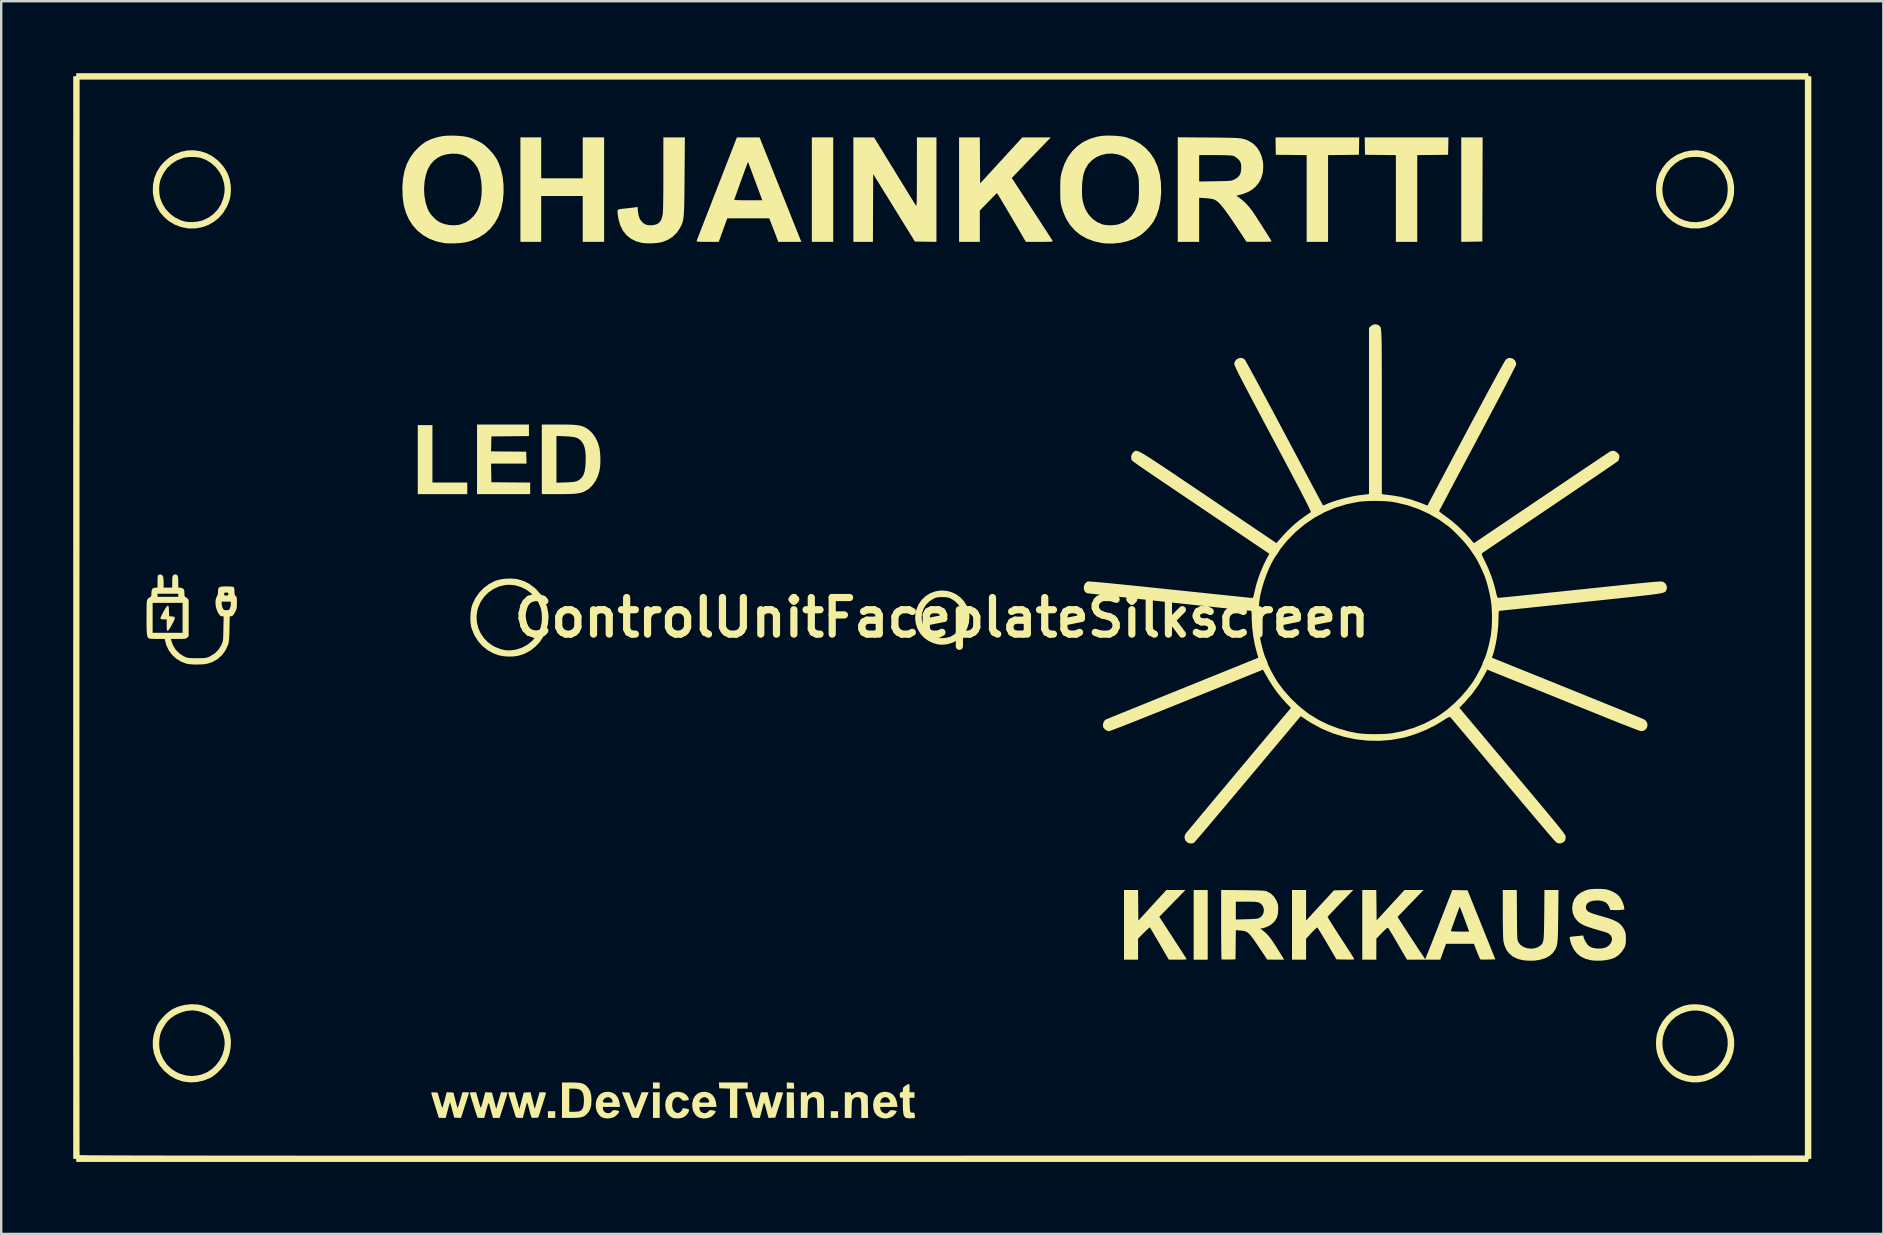
<source format=kicad_pcb>
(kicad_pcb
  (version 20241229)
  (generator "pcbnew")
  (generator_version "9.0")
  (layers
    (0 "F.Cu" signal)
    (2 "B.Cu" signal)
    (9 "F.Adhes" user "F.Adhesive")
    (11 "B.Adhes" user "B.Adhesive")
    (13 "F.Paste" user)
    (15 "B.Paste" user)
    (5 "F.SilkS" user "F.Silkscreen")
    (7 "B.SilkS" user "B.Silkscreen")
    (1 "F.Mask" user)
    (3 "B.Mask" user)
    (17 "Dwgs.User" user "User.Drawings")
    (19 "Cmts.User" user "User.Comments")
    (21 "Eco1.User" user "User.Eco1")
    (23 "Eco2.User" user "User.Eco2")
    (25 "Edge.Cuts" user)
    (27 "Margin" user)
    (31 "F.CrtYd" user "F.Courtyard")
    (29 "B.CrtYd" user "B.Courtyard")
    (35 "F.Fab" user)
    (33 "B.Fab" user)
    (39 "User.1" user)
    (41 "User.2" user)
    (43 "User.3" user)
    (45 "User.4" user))
  (footprint "ControlUnitFaceplateSilkscreen"
    (layer "F.Cu")
    (at 36.191 22.677)
    (property "Reference" "ControlUnitFaceplateSilkscreen" (at 0 0 0) (layer "F.SilkS") (effects (font (size 1.524 1.524) (thickness 0.3))))
    (attr board_only exclude_from_pos_files exclude_from_bom)
    (fp_poly (pts (xy -16.11 20.844) (xy -16.416 20.844) (xy -16.416 20.564) (xy -16.11 20.564)) (stroke (width 0) (type solid)) (fill yes) (layer "F.SilkS"))
    (fp_poly (pts (xy -11.758 19.623) (xy -12.038 19.623) (xy -12.038 19.368) (xy -11.758 19.368)) (stroke (width 0) (type solid)) (fill yes) (layer "F.SilkS"))
    (fp_poly (pts (xy -11.758 20.844) (xy -12.038 20.844) (xy -12.038 19.775) (xy -11.758 19.775)) (stroke (width 0) (type solid)) (fill yes) (layer "F.SilkS"))
    (fp_poly (pts (xy -4.53 -15.652) (xy -5.421 -15.652) (xy -5.421 -20.004) (xy -4.53 -20.004)) (stroke (width 0) (type solid)) (fill yes) (layer "F.SilkS"))
    (fp_poly (pts (xy -4.327 20.844) (xy -4.632 20.844) (xy -4.632 20.564) (xy -4.327 20.564)) (stroke (width 0) (type solid)) (fill yes) (layer "F.SilkS"))
    (fp_poly (pts (xy 11.071 14.253) (xy 10.486 14.253) (xy 10.486 11.351) (xy 11.071 11.351)) (stroke (width 0) (type solid)) (fill yes) (layer "F.SilkS"))
    (fp_poly (pts (xy -21.226 -5.625) (xy -19.775 -5.625) (xy -19.775 -5.141) (xy -21.837 -5.141) (xy -21.837 -8.017) (xy -21.226 -8.017)) (stroke (width 0) (type solid)) (fill yes) (layer "F.SilkS"))
    (fp_poly (pts (xy -6.318 19.373) (xy -6.172 19.381) (xy -6.164 19.502) (xy -6.156 19.623) (xy -6.465 19.623) (xy -6.465 19.366)) (stroke (width 0) (type solid)) (fill yes) (layer "F.SilkS"))
    (fp_poly (pts (xy -6.318 19.78) (xy -6.172 19.788) (xy -6.165 20.316) (xy -6.158 20.844) (xy -6.465 20.844) (xy -6.465 19.773)) (stroke (width 0) (type solid)) (fill yes) (layer "F.SilkS"))
    (fp_poly (pts (xy 22.518 -17.835) (xy 22.511 -15.665) (xy 22.072 -15.658) (xy 21.633 -15.651) (xy 21.633 -20.004) (xy 22.524 -20.004)) (stroke (width 0) (type solid)) (fill yes) (layer "F.SilkS"))
    (fp_poly (pts (xy -8.093 19.623) (xy -8.526 19.623) (xy -8.526 20.844) (xy -8.831 20.844) (xy -8.831 19.625) (xy -9.054 19.617) (xy -9.277 19.61) (xy -9.292 19.368) (xy -8.093 19.368)) (stroke (width 0) (type solid)) (fill yes) (layer "F.SilkS"))
    (fp_poly (pts (xy -16.696 -18.299) (xy -14.965 -18.299) (xy -14.965 -20.004) (xy -14.074 -20.004) (xy -14.074 -15.652) (xy -14.965 -15.652) (xy -14.965 -17.561) (xy -16.696 -17.561) (xy -16.696 -15.652) (xy -17.561 -15.652) (xy -17.561 -20.004) (xy -16.696 -20.004)) (stroke (width 0) (type solid)) (fill yes) (layer "F.SilkS"))
    (fp_poly (pts (xy 17.377 -19.642) (xy 17.37 -19.279) (xy 16.728 -19.272) (xy 16.085 -19.265) (xy 16.085 -15.652) (xy 15.194 -15.652) (xy 15.194 -19.265) (xy 14.552 -19.272) (xy 13.909 -19.279) (xy 13.902 -19.642) (xy 13.895 -20.004) (xy 17.384 -20.004)) (stroke (width 0) (type solid)) (fill yes) (layer "F.SilkS"))
    (fp_poly (pts (xy 21.093 -19.642) (xy 21.086 -19.279) (xy 20.443 -19.272) (xy 19.801 -19.265) (xy 19.801 -15.652) (xy 18.91 -15.652) (xy 18.91 -19.265) (xy 18.267 -19.272) (xy 17.625 -19.279) (xy 17.618 -19.642) (xy 17.611 -20.004) (xy 21.1 -20.004)) (stroke (width 0) (type solid)) (fill yes) (layer "F.SilkS"))
    (fp_poly (pts (xy -17.205 -7.56) (xy -17.987 -7.553) (xy -18.77 -7.546) (xy -18.784 -6.923) (xy -18.052 -6.917) (xy -17.319 -6.91) (xy -17.312 -6.662) (xy -17.305 -6.414) (xy -18.784 -6.414) (xy -18.777 -6.026) (xy -18.77 -5.637) (xy -17.962 -5.631) (xy -17.154 -5.624) (xy -17.154 -5.141) (xy -19.368 -5.141) (xy -19.368 -8.042) (xy -17.205 -8.042)) (stroke (width 0) (type solid)) (fill yes) (layer "F.SilkS"))
    (fp_poly (pts (xy -32.23 -0.491) (xy -32.213 -0.437) (xy -32.204 -0.338) (xy -32.201 -0.275) (xy -32.193 -0.054) (xy -32.074 -0.046) (xy -32.009 -0.038) (xy -31.97 -0.02) (xy -31.957 0.015) (xy -31.97 0.072) (xy -32.008 0.16) (xy -32.073 0.284) (xy -32.081 0.299) (xy -32.149 0.42) (xy -32.2 0.499) (xy -32.238 0.541) (xy -32.267 0.55) (xy -32.282 0.541) (xy -32.289 0.511) (xy -32.294 0.441) (xy -32.297 0.347) (xy -32.297 0.301) (xy -32.297 0.076) (xy -32.422 0.076) (xy -32.51 0.069) (xy -32.556 0.049) (xy -32.559 0.043) (xy -32.553 0.008) (xy -32.525 -0.06) (xy -32.481 -0.152) (xy -32.428 -0.251) (xy -32.354 -0.38) (xy -32.298 -0.462) (xy -32.258 -0.499)) (stroke (width 0) (type solid)) (fill yes) (layer "F.SilkS"))
    (fp_poly (pts (xy -13.179 19.781) (xy -13.026 19.788) (xy -12.908 20.11) (xy -12.863 20.23) (xy -12.824 20.331) (xy -12.795 20.405) (xy -12.778 20.443) (xy -12.776 20.446) (xy -12.763 20.428) (xy -12.737 20.37) (xy -12.7 20.281) (xy -12.656 20.168) (xy -12.637 20.117) (xy -12.511 19.775) (xy -12.216 19.775) (xy -12.25 19.858) (xy -12.27 19.908) (xy -12.305 19.996) (xy -12.351 20.113) (xy -12.404 20.25) (xy -12.46 20.393) (xy -12.636 20.844) (xy -12.771 20.844) (xy -12.852 20.841) (xy -12.897 20.829) (xy -12.921 20.801) (xy -12.927 20.787) (xy -12.943 20.746) (xy -12.974 20.667) (xy -13.019 20.556) (xy -13.072 20.423) (xy -13.131 20.276) (xy -13.141 20.251) (xy -13.333 19.773)) (stroke (width 0) (type solid)) (fill yes) (layer "F.SilkS"))
    (fp_poly (pts (xy -1.976 -18.611) (xy -1.827 -18.368) (xy -1.685 -18.136) (xy -1.552 -17.921) (xy -1.431 -17.725) (xy -1.325 -17.552) (xy -1.235 -17.406) (xy -1.163 -17.292) (xy -1.113 -17.212) (xy -1.087 -17.171) (xy -1.084 -17.167) (xy -1.075 -17.16) (xy -1.068 -17.165) (xy -1.063 -17.185) (xy -1.058 -17.225) (xy -1.054 -17.287) (xy -1.051 -17.376) (xy -1.049 -17.496) (xy -1.047 -17.649) (xy -1.046 -17.839) (xy -1.045 -18.071) (xy -1.044 -18.348) (xy -1.044 -18.56) (xy -1.043 -20.004) (xy -0.229 -20.004) (xy -0.229 -15.651) (xy -1.127 -15.665) (xy -1.995 -17.069) (xy -2.863 -18.474) (xy -2.87 -17.063) (xy -2.876 -15.652) (xy -3.69 -15.652) (xy -3.69 -20.004) (xy -2.83 -20.004)) (stroke (width 0) (type solid)) (fill yes) (layer "F.SilkS"))
    (fp_poly (pts (xy -3.315 19.772) (xy -3.197 19.832) (xy -3.174 19.851) (xy -3.092 19.924) (xy -3.084 20.384) (xy -3.076 20.844) (xy -3.36 20.844) (xy -3.36 20.468) (xy -3.361 20.298) (xy -3.367 20.172) (xy -3.38 20.084) (xy -3.403 20.028) (xy -3.437 19.995) (xy -3.485 19.982) (xy -3.535 19.979) (xy -3.624 19.994) (xy -3.692 20.045) (xy -3.717 20.073) (xy -3.734 20.105) (xy -3.745 20.149) (xy -3.753 20.215) (xy -3.758 20.311) (xy -3.762 20.447) (xy -3.763 20.477) (xy -3.772 20.844) (xy -4.047 20.844) (xy -4.047 19.775) (xy -3.919 19.775) (xy -3.844 19.777) (xy -3.806 19.788) (xy -3.793 19.813) (xy -3.792 19.839) (xy -3.788 19.886) (xy -3.77 19.898) (xy -3.729 19.874) (xy -3.687 19.84) (xy -3.573 19.775) (xy -3.445 19.753)) (stroke (width 0) (type solid)) (fill yes) (layer "F.SilkS"))
    (fp_poly (pts (xy -5.198 19.756) (xy -5.085 19.794) (xy -4.992 19.868) (xy -4.964 19.907) (xy -4.944 19.943) (xy -4.931 19.985) (xy -4.921 20.04) (xy -4.916 20.117) (xy -4.913 20.226) (xy -4.912 20.375) (xy -4.912 20.418) (xy -4.912 20.844) (xy -5.188 20.844) (xy -5.197 20.448) (xy -5.2 20.296) (xy -5.205 20.187) (xy -5.211 20.112) (xy -5.22 20.065) (xy -5.234 20.035) (xy -5.252 20.017) (xy -5.254 20.015) (xy -5.34 19.981) (xy -5.434 19.989) (xy -5.517 20.036) (xy -5.525 20.045) (xy -5.549 20.073) (xy -5.566 20.105) (xy -5.578 20.149) (xy -5.585 20.214) (xy -5.59 20.31) (xy -5.594 20.446) (xy -5.595 20.477) (xy -5.603 20.844) (xy -5.879 20.844) (xy -5.879 19.775) (xy -5.752 19.775) (xy -5.677 19.777) (xy -5.639 19.787) (xy -5.626 19.814) (xy -5.625 19.856) (xy -5.625 19.938) (xy -5.555 19.871) (xy -5.444 19.794) (xy -5.322 19.756)) (stroke (width 0) (type solid)) (fill yes) (layer "F.SilkS"))
    (fp_poly (pts (xy -15.468 19.368) (xy -15.286 19.37) (xy -15.147 19.378) (xy -15.04 19.393) (xy -14.956 19.417) (xy -14.887 19.452) (xy -14.824 19.501) (xy -14.814 19.51) (xy -14.715 19.622) (xy -14.649 19.754) (xy -14.611 19.915) (xy -14.6 20.106) (xy -14.611 20.302) (xy -14.649 20.461) (xy -14.716 20.592) (xy -14.814 20.702) (xy -14.877 20.753) (xy -14.945 20.791) (xy -15.026 20.817) (xy -15.128 20.833) (xy -15.262 20.841) (xy -15.437 20.844) (xy -15.468 20.844) (xy -15.83 20.844) (xy -15.83 19.623) (xy -15.525 19.623) (xy -15.525 20.59) (xy -15.328 20.589) (xy -15.224 20.585) (xy -15.132 20.574) (xy -15.071 20.559) (xy -15.067 20.557) (xy -14.998 20.502) (xy -14.95 20.415) (xy -14.923 20.29) (xy -14.914 20.123) (xy -14.914 20.119) (xy -14.924 19.945) (xy -14.956 19.813) (xy -15.014 19.72) (xy -15.103 19.66) (xy -15.227 19.63) (xy -15.353 19.623) (xy -15.525 19.623) (xy -15.83 19.623) (xy -15.83 19.368)) (stroke (width 0) (type solid)) (fill yes) (layer "F.SilkS"))
    (fp_poly (pts (xy 8.176 11.987) (xy 8.182 12.624) (xy 8.765 11.987) (xy 9.348 11.351) (xy 10.141 11.351) (xy 9.951 11.548) (xy 9.87 11.632) (xy 9.763 11.741) (xy 9.641 11.867) (xy 9.513 11.998) (xy 9.407 12.105) (xy 9.054 12.465) (xy 9.613 13.327) (xy 9.735 13.516) (xy 9.849 13.692) (xy 9.952 13.85) (xy 10.04 13.987) (xy 10.111 14.096) (xy 10.161 14.174) (xy 10.187 14.216) (xy 10.19 14.221) (xy 10.187 14.233) (xy 10.156 14.242) (xy 10.092 14.248) (xy 9.988 14.252) (xy 9.84 14.253) (xy 9.831 14.253) (xy 9.453 14.253) (xy 9.063 13.584) (xy 8.965 13.417) (xy 8.875 13.265) (xy 8.797 13.132) (xy 8.734 13.025) (xy 8.689 12.949) (xy 8.665 12.909) (xy 8.662 12.905) (xy 8.641 12.918) (xy 8.592 12.96) (xy 8.52 13.027) (xy 8.434 13.111) (xy 8.411 13.133) (xy 8.17 13.373) (xy 8.17 14.253) (xy 7.584 14.253) (xy 7.584 11.351) (xy 8.169 11.351)) (stroke (width 0) (type solid)) (fill yes) (layer "F.SilkS"))
    (fp_poly (pts (xy 1.584 -19.046) (xy 1.591 -18.087) (xy 3.347 -20.002) (xy 4.536 -20.004) (xy 4.043 -19.494) (xy 3.893 -19.338) (xy 3.734 -19.173) (xy 3.576 -19.008) (xy 3.428 -18.855) (xy 3.3 -18.721) (xy 3.23 -18.648) (xy 2.91 -18.312) (xy 3.746 -17.027) (xy 3.897 -16.795) (xy 4.04 -16.576) (xy 4.172 -16.372) (xy 4.292 -16.188) (xy 4.396 -16.028) (xy 4.482 -15.894) (xy 4.548 -15.792) (xy 4.591 -15.725) (xy 4.609 -15.697) (xy 4.614 -15.682) (xy 4.608 -15.671) (xy 4.584 -15.664) (xy 4.537 -15.658) (xy 4.461 -15.655) (xy 4.349 -15.653) (xy 4.197 -15.652) (xy 4.065 -15.652) (xy 3.496 -15.652) (xy 2.9 -16.671) (xy 2.779 -16.877) (xy 2.665 -17.07) (xy 2.562 -17.243) (xy 2.471 -17.394) (xy 2.396 -17.518) (xy 2.339 -17.61) (xy 2.303 -17.666) (xy 2.29 -17.682) (xy 2.268 -17.663) (xy 2.217 -17.612) (xy 2.142 -17.537) (xy 2.048 -17.441) (xy 1.942 -17.332) (xy 1.926 -17.316) (xy 1.578 -16.957) (xy 1.578 -15.652) (xy 0.713 -15.652) (xy 0.713 -20.004) (xy 1.577 -20.004)) (stroke (width 0) (type solid)) (fill yes) (layer "F.SilkS"))
    (fp_poly (pts (xy -1.36 19.444) (xy -1.35 19.496) (xy -1.349 19.593) (xy -1.349 19.775) (xy -1.145 19.775) (xy -1.145 20.004) (xy -1.349 20.004) (xy -1.346 20.24) (xy -1.343 20.354) (xy -1.337 20.457) (xy -1.329 20.533) (xy -1.326 20.552) (xy -1.307 20.605) (xy -1.271 20.623) (xy -1.229 20.622) (xy -1.178 20.622) (xy -1.151 20.642) (xy -1.136 20.696) (xy -1.132 20.719) (xy -1.125 20.787) (xy -1.127 20.832) (xy -1.131 20.838) (xy -1.168 20.851) (xy -1.239 20.859) (xy -1.326 20.861) (xy -1.411 20.859) (xy -1.478 20.85) (xy -1.496 20.844) (xy -1.547 20.809) (xy -1.584 20.749) (xy -1.609 20.657) (xy -1.624 20.527) (xy -1.629 20.355) (xy -1.629 20.323) (xy -1.629 20.004) (xy -1.692 20.004) (xy -1.732 20) (xy -1.75 19.976) (xy -1.756 19.921) (xy -1.756 19.89) (xy -1.753 19.819) (xy -1.741 19.786) (xy -1.71 19.776) (xy -1.692 19.775) (xy -1.651 19.77) (xy -1.633 19.743) (xy -1.629 19.682) (xy -1.629 19.674) (xy -1.624 19.608) (xy -1.601 19.564) (xy -1.548 19.522) (xy -1.525 19.507) (xy -1.438 19.453) (xy -1.386 19.431)) (stroke (width 0) (type solid)) (fill yes) (layer "F.SilkS"))
    (fp_poly (pts (xy 16.603 11.899) (xy 16.469 12.037) (xy 16.348 12.164) (xy 16.242 12.275) (xy 16.157 12.365) (xy 16.098 12.43) (xy 16.068 12.464) (xy 16.065 12.468) (xy 16.077 12.493) (xy 16.114 12.557) (xy 16.173 12.653) (xy 16.251 12.778) (xy 16.345 12.926) (xy 16.452 13.094) (xy 16.57 13.277) (xy 16.607 13.333) (xy 16.728 13.519) (xy 16.841 13.694) (xy 16.942 13.851) (xy 17.028 13.986) (xy 17.097 14.094) (xy 17.145 14.171) (xy 17.168 14.211) (xy 17.17 14.215) (xy 17.171 14.23) (xy 17.154 14.24) (xy 17.112 14.246) (xy 17.039 14.249) (xy 16.928 14.249) (xy 16.81 14.247) (xy 16.435 14.24) (xy 16.047 13.579) (xy 15.949 13.413) (xy 15.858 13.262) (xy 15.779 13.131) (xy 15.713 13.026) (xy 15.665 12.951) (xy 15.638 12.914) (xy 15.634 12.91) (xy 15.608 12.925) (xy 15.556 12.97) (xy 15.484 13.04) (xy 15.4 13.128) (xy 15.388 13.141) (xy 15.169 13.38) (xy 15.169 14.253) (xy 14.583 14.253) (xy 14.583 11.351) (xy 15.169 11.351) (xy 15.169 12.623) (xy 15.749 11.994) (xy 16.329 11.364) (xy 16.731 11.357) (xy 17.134 11.35)) (stroke (width 0) (type solid)) (fill yes) (layer "F.SilkS"))
    (fp_poly (pts (xy -10.956 19.757) (xy -10.796 19.793) (xy -10.672 19.864) (xy -10.585 19.967) (xy -10.552 20.046) (xy -10.547 20.079) (xy -10.564 20.099) (xy -10.615 20.112) (xy -10.666 20.119) (xy -10.745 20.128) (xy -10.793 20.122) (xy -10.829 20.096) (xy -10.86 20.058) (xy -10.936 19.994) (xy -11.019 19.975) (xy -11.1 19.997) (xy -11.17 20.057) (xy -11.219 20.152) (xy -11.226 20.18) (xy -11.241 20.319) (xy -11.223 20.442) (xy -11.176 20.542) (xy -11.105 20.611) (xy -11.013 20.64) (xy -10.997 20.641) (xy -10.936 20.622) (xy -10.874 20.578) (xy -10.829 20.523) (xy -10.817 20.485) (xy -10.812 20.455) (xy -10.788 20.443) (xy -10.733 20.446) (xy -10.696 20.451) (xy -10.621 20.464) (xy -10.568 20.476) (xy -10.556 20.48) (xy -10.535 20.517) (xy -10.547 20.576) (xy -10.584 20.647) (xy -10.641 20.719) (xy -10.711 20.782) (xy -10.785 20.826) (xy -10.789 20.828) (xy -10.904 20.858) (xy -11.035 20.867) (xy -11.159 20.857) (xy -11.237 20.834) (xy -11.359 20.752) (xy -11.45 20.634) (xy -11.508 20.485) (xy -11.529 20.311) (xy -11.529 20.304) (xy -11.508 20.129) (xy -11.448 19.983) (xy -11.354 19.869) (xy -11.23 19.792) (xy -11.08 19.756)) (stroke (width 0) (type solid)) (fill yes) (layer "F.SilkS"))
    (fp_poly (pts (xy -2.168 19.795) (xy -2.043 19.873) (xy -1.951 19.99) (xy -1.89 20.146) (xy -1.87 20.253) (xy -1.853 20.386) (xy -2.571 20.386) (xy -2.571 20.448) (xy -2.548 20.525) (xy -2.49 20.596) (xy -2.41 20.646) (xy -2.374 20.657) (xy -2.314 20.661) (xy -2.267 20.64) (xy -2.216 20.592) (xy -2.167 20.544) (xy -2.125 20.523) (xy -2.066 20.522) (xy -2.012 20.528) (xy -1.939 20.541) (xy -1.893 20.556) (xy -1.883 20.564) (xy -1.896 20.595) (xy -1.929 20.65) (xy -1.941 20.669) (xy -2.033 20.765) (xy -2.157 20.831) (xy -2.298 20.864) (xy -2.446 20.862) (xy -2.584 20.822) (xy -2.71 20.739) (xy -2.799 20.622) (xy -2.851 20.474) (xy -2.868 20.295) (xy -2.856 20.208) (xy -2.576 20.208) (xy -2.37 20.208) (xy -2.267 20.207) (xy -2.205 20.202) (xy -2.174 20.19) (xy -2.164 20.171) (xy -2.163 20.161) (xy -2.178 20.108) (xy -2.215 20.047) (xy -2.216 20.046) (xy -2.286 19.992) (xy -2.369 19.978) (xy -2.451 20) (xy -2.519 20.055) (xy -2.559 20.138) (xy -2.576 20.208) (xy -2.856 20.208) (xy -2.846 20.133) (xy -2.789 19.993) (xy -2.701 19.881) (xy -2.586 19.801) (xy -2.448 19.759) (xy -2.324 19.758)) (stroke (width 0) (type solid)) (fill yes) (layer "F.SilkS"))
    (fp_poly (pts (xy -18.746 19.788) (xy -18.658 20.128) (xy -18.57 20.467) (xy -18.368 19.775) (xy -18.232 19.775) (xy -18.156 19.778) (xy -18.107 19.785) (xy -18.096 19.792) (xy -18.103 19.82) (xy -18.124 19.889) (xy -18.156 19.992) (xy -18.197 20.122) (xy -18.244 20.271) (xy -18.262 20.326) (xy -18.428 20.844) (xy -18.703 20.844) (xy -18.741 20.711) (xy -18.769 20.61) (xy -18.801 20.491) (xy -18.821 20.412) (xy -18.844 20.324) (xy -18.862 20.263) (xy -18.877 20.233) (xy -18.894 20.237) (xy -18.913 20.277) (xy -18.938 20.358) (xy -18.972 20.482) (xy -19.013 20.634) (xy -19.068 20.844) (xy -19.204 20.844) (xy -19.282 20.841) (xy -19.336 20.833) (xy -19.351 20.825) (xy -19.362 20.795) (xy -19.385 20.726) (xy -19.417 20.627) (xy -19.456 20.505) (xy -19.498 20.371) (xy -19.541 20.233) (xy -19.583 20.099) (xy -19.619 19.98) (xy -19.648 19.883) (xy -19.667 19.818) (xy -19.674 19.793) (xy -19.651 19.783) (xy -19.592 19.777) (xy -19.54 19.775) (xy -19.406 19.775) (xy -19.32 20.087) (xy -19.286 20.207) (xy -19.255 20.308) (xy -19.231 20.382) (xy -19.217 20.418) (xy -19.216 20.419) (xy -19.203 20.404) (xy -19.182 20.347) (xy -19.153 20.257) (xy -19.121 20.143) (xy -19.112 20.106) (xy -19.026 19.773)) (stroke (width 0) (type solid)) (fill yes) (layer "F.SilkS"))
    (fp_poly (pts (xy -13.863 19.759) (xy -13.712 19.799) (xy -13.591 19.88) (xy -13.501 20) (xy -13.443 20.158) (xy -13.427 20.253) (xy -13.411 20.386) (xy -14.125 20.386) (xy -14.125 20.448) (xy -14.104 20.536) (xy -14.048 20.602) (xy -13.97 20.641) (xy -13.884 20.649) (xy -13.802 20.621) (xy -13.757 20.58) (xy -13.717 20.537) (xy -13.677 20.52) (xy -13.616 20.522) (xy -13.581 20.527) (xy -13.509 20.541) (xy -13.46 20.557) (xy -13.451 20.564) (xy -13.454 20.603) (xy -13.489 20.659) (xy -13.545 20.722) (xy -13.613 20.779) (xy -13.666 20.812) (xy -13.8 20.856) (xy -13.952 20.868) (xy -14.1 20.846) (xy -14.11 20.843) (xy -14.221 20.785) (xy -14.312 20.688) (xy -14.38 20.561) (xy -14.418 20.414) (xy -14.422 20.257) (xy -14.421 20.24) (xy -14.401 20.156) (xy -14.125 20.156) (xy -14.121 20.182) (xy -14.102 20.197) (xy -14.059 20.205) (xy -13.979 20.208) (xy -13.922 20.208) (xy -13.82 20.207) (xy -13.759 20.202) (xy -13.728 20.19) (xy -13.719 20.17) (xy -13.718 20.161) (xy -13.741 20.083) (xy -13.799 20.019) (xy -13.878 19.983) (xy -13.912 19.979) (xy -13.995 19.998) (xy -14.068 20.046) (xy -14.116 20.111) (xy -14.125 20.156) (xy -14.401 20.156) (xy -14.38 20.068) (xy -14.306 19.93) (xy -14.202 19.83) (xy -14.07 19.771) (xy -13.915 19.755)) (stroke (width 0) (type solid)) (fill yes) (layer "F.SilkS"))
    (fp_poly (pts (xy -9.842 19.759) (xy -9.691 19.799) (xy -9.569 19.88) (xy -9.48 20) (xy -9.422 20.158) (xy -9.406 20.253) (xy -9.39 20.386) (xy -10.104 20.386) (xy -10.104 20.448) (xy -10.082 20.536) (xy -10.026 20.602) (xy -9.949 20.641) (xy -9.863 20.649) (xy -9.781 20.621) (xy -9.735 20.58) (xy -9.696 20.537) (xy -9.656 20.52) (xy -9.595 20.522) (xy -9.56 20.527) (xy -9.488 20.541) (xy -9.439 20.557) (xy -9.43 20.564) (xy -9.433 20.603) (xy -9.468 20.659) (xy -9.524 20.722) (xy -9.591 20.779) (xy -9.645 20.812) (xy -9.778 20.856) (xy -9.93 20.868) (xy -10.079 20.846) (xy -10.089 20.843) (xy -10.198 20.785) (xy -10.29 20.688) (xy -10.358 20.562) (xy -10.397 20.415) (xy -10.403 20.26) (xy -10.402 20.245) (xy -10.382 20.156) (xy -10.104 20.156) (xy -10.1 20.182) (xy -10.081 20.197) (xy -10.037 20.205) (xy -9.958 20.208) (xy -9.9 20.208) (xy -9.799 20.207) (xy -9.738 20.202) (xy -9.707 20.19) (xy -9.697 20.17) (xy -9.697 20.161) (xy -9.72 20.083) (xy -9.778 20.019) (xy -9.857 19.983) (xy -9.891 19.979) (xy -9.974 19.998) (xy -10.047 20.046) (xy -10.094 20.111) (xy -10.104 20.156) (xy -10.382 20.156) (xy -10.364 20.075) (xy -10.291 19.937) (xy -10.187 19.835) (xy -10.055 19.774) (xy -9.901 19.755)) (stroke (width 0) (type solid)) (fill yes) (layer "F.SilkS"))
    (fp_poly (pts (xy -20.492 19.781) (xy -20.351 19.788) (xy -20.273 20.098) (xy -20.242 20.217) (xy -20.215 20.317) (xy -20.194 20.388) (xy -20.182 20.421) (xy -20.181 20.422) (xy -20.174 20.42) (xy -20.163 20.401) (xy -20.147 20.358) (xy -20.124 20.285) (xy -20.092 20.178) (xy -20.049 20.031) (xy -20.017 19.922) (xy -19.975 19.775) (xy -19.835 19.775) (xy -19.756 19.777) (xy -19.716 19.784) (xy -19.706 19.803) (xy -19.713 19.833) (xy -19.725 19.874) (xy -19.751 19.955) (xy -19.787 20.068) (xy -19.83 20.204) (xy -19.878 20.354) (xy -19.883 20.368) (xy -20.036 20.847) (xy -20.177 20.839) (xy -20.318 20.832) (xy -20.401 20.517) (xy -20.433 20.399) (xy -20.461 20.299) (xy -20.481 20.228) (xy -20.492 20.195) (xy -20.493 20.195) (xy -20.502 20.214) (xy -20.521 20.275) (xy -20.548 20.367) (xy -20.579 20.483) (xy -20.587 20.515) (xy -20.673 20.844) (xy -20.816 20.844) (xy -20.959 20.843) (xy -21.119 20.328) (xy -21.166 20.175) (xy -21.208 20.037) (xy -21.242 19.924) (xy -21.266 19.841) (xy -21.277 19.798) (xy -21.278 19.793) (xy -21.255 19.783) (xy -21.195 19.779) (xy -21.144 19.78) (xy -21.011 19.788) (xy -20.921 20.098) (xy -20.886 20.217) (xy -20.856 20.316) (xy -20.832 20.388) (xy -20.819 20.421) (xy -20.818 20.422) (xy -20.807 20.404) (xy -20.786 20.345) (xy -20.759 20.253) (xy -20.727 20.138) (xy -20.718 20.104) (xy -20.633 19.773)) (stroke (width 0) (type solid)) (fill yes) (layer "F.SilkS"))
    (fp_poly (pts (xy -15.741 -8.042) (xy -15.538 -8.038) (xy -15.373 -8.032) (xy -15.239 -8.021) (xy -15.129 -8.006) (xy -15.037 -7.986) (xy -14.955 -7.96) (xy -14.878 -7.927) (xy -14.873 -7.925) (xy -14.709 -7.821) (xy -14.561 -7.676) (xy -14.435 -7.496) (xy -14.336 -7.291) (xy -14.27 -7.068) (xy -14.265 -7.041) (xy -14.242 -6.87) (xy -14.23 -6.674) (xy -14.23 -6.471) (xy -14.242 -6.28) (xy -14.265 -6.121) (xy -14.332 -5.898) (xy -14.43 -5.692) (xy -14.556 -5.514) (xy -14.702 -5.37) (xy -14.841 -5.28) (xy -14.922 -5.241) (xy -15.004 -5.21) (xy -15.092 -5.187) (xy -15.194 -5.169) (xy -15.317 -5.156) (xy -15.466 -5.148) (xy -15.651 -5.144) (xy -15.876 -5.142) (xy -15.977 -5.141) (xy -16.67 -5.141) (xy -16.67 -7.567) (xy -16.06 -7.567) (xy -16.06 -5.618) (xy -15.684 -5.63) (xy -15.512 -5.637) (xy -15.383 -5.647) (xy -15.289 -5.661) (xy -15.221 -5.68) (xy -15.207 -5.685) (xy -15.092 -5.748) (xy -15.003 -5.831) (xy -14.936 -5.938) (xy -14.889 -6.077) (xy -14.859 -6.254) (xy -14.844 -6.473) (xy -14.844 -6.485) (xy -14.842 -6.728) (xy -14.856 -6.928) (xy -14.888 -7.091) (xy -14.939 -7.224) (xy -15.011 -7.333) (xy -15.077 -7.401) (xy -15.138 -7.448) (xy -15.205 -7.483) (xy -15.285 -7.509) (xy -15.39 -7.527) (xy -15.527 -7.541) (xy -15.706 -7.551) (xy -15.71 -7.551) (xy -16.06 -7.567) (xy -16.67 -7.567) (xy -16.67 -8.042) (xy -15.988 -8.042)) (stroke (width 0) (type solid)) (fill yes) (layer "F.SilkS"))
    (fp_poly (pts (xy -17.055 20.119) (xy -17.024 20.243) (xy -16.997 20.346) (xy -16.977 20.42) (xy -16.965 20.455) (xy -16.963 20.457) (xy -16.954 20.432) (xy -16.934 20.366) (xy -16.905 20.269) (xy -16.871 20.151) (xy -16.86 20.113) (xy -16.763 19.775) (xy -16.627 19.775) (xy -16.552 19.779) (xy -16.503 19.789) (xy -16.492 19.798) (xy -16.5 19.828) (xy -16.52 19.898) (xy -16.552 20.003) (xy -16.593 20.133) (xy -16.64 20.281) (xy -16.654 20.326) (xy -16.817 20.832) (xy -16.958 20.839) (xy -17.011 20.843) (xy -17.05 20.845) (xy -17.078 20.837) (xy -17.1 20.813) (xy -17.12 20.766) (xy -17.143 20.69) (xy -17.172 20.577) (xy -17.206 20.443) (xy -17.234 20.342) (xy -17.258 20.263) (xy -17.275 20.216) (xy -17.281 20.208) (xy -17.293 20.231) (xy -17.313 20.292) (xy -17.339 20.381) (xy -17.352 20.431) (xy -17.381 20.544) (xy -17.409 20.65) (xy -17.43 20.731) (xy -17.435 20.749) (xy -17.462 20.844) (xy -17.601 20.844) (xy -17.694 20.838) (xy -17.745 20.822) (xy -17.752 20.812) (xy -17.768 20.764) (xy -17.795 20.68) (xy -17.83 20.57) (xy -17.87 20.442) (xy -17.913 20.306) (xy -17.955 20.17) (xy -17.995 20.042) (xy -18.029 19.932) (xy -18.054 19.848) (xy -18.068 19.8) (xy -18.07 19.791) (xy -18.047 19.782) (xy -17.988 19.777) (xy -17.935 19.775) (xy -17.799 19.775) (xy -17.701 20.124) (xy -17.603 20.472) (xy -17.421 19.788) (xy -17.28 19.781) (xy -17.14 19.773)) (stroke (width 0) (type solid)) (fill yes) (layer "F.SilkS"))
    (fp_poly (pts (xy 23.954 12.388) (xy 23.956 12.645) (xy 23.958 12.857) (xy 23.96 13.027) (xy 23.963 13.162) (xy 23.967 13.267) (xy 23.971 13.345) (xy 23.977 13.404) (xy 23.985 13.447) (xy 23.995 13.481) (xy 24.007 13.509) (xy 24.019 13.532) (xy 24.103 13.638) (xy 24.22 13.718) (xy 24.36 13.77) (xy 24.512 13.792) (xy 24.664 13.784) (xy 24.806 13.743) (xy 24.919 13.674) (xy 24.957 13.641) (xy 24.988 13.609) (xy 25.014 13.573) (xy 25.034 13.528) (xy 25.05 13.468) (xy 25.062 13.39) (xy 25.071 13.288) (xy 25.078 13.157) (xy 25.082 12.993) (xy 25.085 12.791) (xy 25.088 12.545) (xy 25.09 12.388) (xy 25.099 11.351) (xy 25.685 11.351) (xy 25.673 12.426) (xy 25.67 12.705) (xy 25.666 12.939) (xy 25.662 13.131) (xy 25.656 13.289) (xy 25.649 13.416) (xy 25.64 13.518) (xy 25.628 13.601) (xy 25.613 13.668) (xy 25.594 13.727) (xy 25.572 13.781) (xy 25.545 13.836) (xy 25.543 13.839) (xy 25.44 13.984) (xy 25.296 14.104) (xy 25.117 14.196) (xy 24.907 14.26) (xy 24.669 14.293) (xy 24.409 14.294) (xy 24.204 14.274) (xy 23.982 14.22) (xy 23.79 14.126) (xy 23.632 13.996) (xy 23.509 13.832) (xy 23.426 13.636) (xy 23.39 13.476) (xy 23.385 13.41) (xy 23.379 13.3) (xy 23.374 13.153) (xy 23.37 12.976) (xy 23.367 12.776) (xy 23.365 12.559) (xy 23.364 12.333) (xy 23.364 12.325) (xy 23.364 11.351) (xy 23.947 11.351)) (stroke (width 0) (type solid)) (fill yes) (layer "F.SilkS"))
    (fp_poly (pts (xy -8.069 -20.004) (xy -7.597 -20.004) (xy -5.859 -15.652) (xy -6.817 -15.652) (xy -6.937 -15.964) (xy -6.99 -16.102) (xy -7.044 -16.241) (xy -7.093 -16.366) (xy -7.127 -16.454) (xy -7.197 -16.632) (xy -8.943 -16.632) (xy -9.12 -16.142) (xy -9.298 -15.652) (xy -9.767 -15.652) (xy -9.939 -15.653) (xy -10.065 -15.656) (xy -10.151 -15.66) (xy -10.202 -15.667) (xy -10.223 -15.677) (xy -10.224 -15.684) (xy -10.213 -15.712) (xy -10.185 -15.784) (xy -10.141 -15.897) (xy -10.083 -16.046) (xy -10.011 -16.23) (xy -9.928 -16.444) (xy -9.834 -16.685) (xy -9.731 -16.949) (xy -9.62 -17.234) (xy -9.555 -17.402) (xy -8.653 -17.402) (xy -8.629 -17.397) (xy -8.561 -17.392) (xy -8.456 -17.388) (xy -8.322 -17.385) (xy -8.165 -17.383) (xy -8.068 -17.383) (xy -7.483 -17.383) (xy -7.543 -17.542) (xy -7.568 -17.609) (xy -7.607 -17.716) (xy -7.658 -17.854) (xy -7.718 -18.014) (xy -7.782 -18.188) (xy -7.84 -18.343) (xy -7.903 -18.512) (xy -7.959 -18.665) (xy -8.008 -18.793) (xy -8.046 -18.893) (xy -8.072 -18.957) (xy -8.082 -18.98) (xy -8.082 -18.98) (xy -8.093 -18.954) (xy -8.118 -18.887) (xy -8.155 -18.786) (xy -8.202 -18.658) (xy -8.257 -18.509) (xy -8.316 -18.348) (xy -8.377 -18.179) (xy -8.437 -18.012) (xy -8.495 -17.851) (xy -8.547 -17.705) (xy -8.592 -17.581) (xy -8.626 -17.484) (xy -8.647 -17.422) (xy -8.653 -17.402) (xy -9.555 -17.402) (xy -9.503 -17.536) (xy -9.38 -17.851) (xy -9.377 -17.86) (xy -8.542 -20.004)) (stroke (width 0) (type solid)) (fill yes) (layer "F.SilkS"))
    (fp_poly (pts (xy -7.826 20.124) (xy -7.728 20.473) (xy -7.643 20.156) (xy -7.612 20.034) (xy -7.585 19.929) (xy -7.567 19.85) (xy -7.559 19.809) (xy -7.559 19.807) (xy -7.537 19.787) (xy -7.469 19.777) (xy -7.412 19.775) (xy -7.264 19.775) (xy -7.18 20.12) (xy -7.149 20.244) (xy -7.122 20.346) (xy -7.102 20.42) (xy -7.09 20.456) (xy -7.088 20.457) (xy -7.079 20.432) (xy -7.059 20.366) (xy -7.03 20.269) (xy -6.996 20.151) (xy -6.985 20.113) (xy -6.888 19.775) (xy -6.752 19.775) (xy -6.677 19.779) (xy -6.628 19.788) (xy -6.617 19.796) (xy -6.625 19.826) (xy -6.646 19.896) (xy -6.678 20) (xy -6.718 20.13) (xy -6.765 20.278) (xy -6.78 20.324) (xy -6.943 20.832) (xy -7.225 20.847) (xy -7.252 20.75) (xy -7.271 20.68) (xy -7.297 20.58) (xy -7.326 20.466) (xy -7.336 20.431) (xy -7.362 20.333) (xy -7.385 20.257) (xy -7.402 20.214) (xy -7.406 20.208) (xy -7.418 20.231) (xy -7.438 20.292) (xy -7.464 20.381) (xy -7.477 20.431) (xy -7.506 20.544) (xy -7.534 20.65) (xy -7.556 20.731) (xy -7.56 20.749) (xy -7.587 20.844) (xy -7.726 20.844) (xy -7.819 20.838) (xy -7.87 20.822) (xy -7.877 20.812) (xy -7.893 20.764) (xy -7.92 20.68) (xy -7.955 20.57) (xy -7.995 20.442) (xy -8.038 20.306) (xy -8.08 20.17) (xy -8.12 20.042) (xy -8.154 19.932) (xy -8.179 19.848) (xy -8.193 19.8) (xy -8.195 19.791) (xy -8.172 19.782) (xy -8.113 19.777) (xy -8.06 19.775) (xy -7.925 19.775)) (stroke (width 0) (type solid)) (fill yes) (layer "F.SilkS"))
    (fp_poly (pts (xy 0.187 -1.115) (xy 0.395 -1.062) (xy 0.587 -0.971) (xy 0.76 -0.847) (xy 0.907 -0.693) (xy 1.023 -0.512) (xy 1.103 -0.308) (xy 1.142 -0.083) (xy 1.145 0) (xy 1.121 0.231) (xy 1.053 0.444) (xy 0.946 0.637) (xy 0.805 0.805) (xy 0.636 0.942) (xy 0.443 1.046) (xy 0.231 1.111) (xy 0.007 1.133) (xy -0.178 1.117) (xy -0.366 1.064) (xy -0.554 0.975) (xy -0.721 0.86) (xy -0.751 0.834) (xy -0.905 0.662) (xy -1.017 0.47) (xy -1.087 0.265) (xy -1.116 0.053) (xy -1.113 -0.017) (xy -0.846 -0.017) (xy -0.832 0.162) (xy -0.781 0.335) (xy -0.695 0.495) (xy -0.574 0.637) (xy -0.419 0.752) (xy -0.242 0.831) (xy -0.107 0.857) (xy 0.051 0.858) (xy 0.212 0.837) (xy 0.355 0.795) (xy 0.389 0.78) (xy 0.557 0.671) (xy 0.694 0.528) (xy 0.795 0.36) (xy 0.857 0.173) (xy 0.875 -0.022) (xy 0.862 -0.146) (xy 0.8 -0.347) (xy 0.696 -0.525) (xy 0.555 -0.673) (xy 0.385 -0.782) (xy 0.306 -0.818) (xy 0.234 -0.839) (xy 0.152 -0.849) (xy 0.04 -0.853) (xy 0.013 -0.853) (xy -0.105 -0.851) (xy -0.19 -0.842) (xy -0.26 -0.824) (xy -0.334 -0.793) (xy -0.364 -0.778) (xy -0.536 -0.665) (xy -0.67 -0.527) (xy -0.766 -0.368) (xy -0.825 -0.196) (xy -0.846 -0.017) (xy -1.113 -0.017) (xy -1.106 -0.16) (xy -1.056 -0.368) (xy -0.968 -0.563) (xy -0.844 -0.74) (xy -0.683 -0.892) (xy -0.487 -1.013) (xy -0.471 -1.021) (xy -0.251 -1.098) (xy -0.029 -1.128)) (stroke (width 0) (type solid)) (fill yes) (layer "F.SilkS"))
    (fp_poly (pts (xy -10.722 -18.395) (xy -10.725 -18.045) (xy -10.728 -17.742) (xy -10.731 -17.482) (xy -10.735 -17.26) (xy -10.74 -17.073) (xy -10.746 -16.916) (xy -10.755 -16.785) (xy -10.765 -16.677) (xy -10.778 -16.587) (xy -10.794 -16.51) (xy -10.814 -16.444) (xy -10.837 -16.383) (xy -10.863 -16.324) (xy -10.895 -16.262) (xy -10.908 -16.237) (xy -11.041 -16.037) (xy -11.211 -15.869) (xy -11.414 -15.738) (xy -11.644 -15.647) (xy -11.675 -15.639) (xy -11.831 -15.61) (xy -12.016 -15.592) (xy -12.21 -15.588) (xy -12.394 -15.596) (xy -12.519 -15.613) (xy -12.761 -15.682) (xy -12.972 -15.792) (xy -13.15 -15.939) (xy -13.294 -16.124) (xy -13.403 -16.344) (xy -13.475 -16.597) (xy -13.477 -16.605) (xy -13.495 -16.714) (xy -13.509 -16.819) (xy -13.514 -16.896) (xy -13.514 -16.9) (xy -13.514 -16.94) (xy -13.509 -16.969) (xy -13.493 -16.99) (xy -13.456 -17.006) (xy -13.394 -17.018) (xy -13.298 -17.031) (xy -13.162 -17.046) (xy -13.094 -17.053) (xy -12.977 -17.066) (xy -12.869 -17.079) (xy -12.789 -17.089) (xy -12.761 -17.094) (xy -12.682 -17.107) (xy -12.665 -16.923) (xy -12.635 -16.741) (xy -12.581 -16.597) (xy -12.498 -16.483) (xy -12.463 -16.449) (xy -12.362 -16.381) (xy -12.246 -16.347) (xy -12.102 -16.343) (xy -12.049 -16.347) (xy -11.908 -16.376) (xy -11.8 -16.433) (xy -11.721 -16.524) (xy -11.665 -16.654) (xy -11.632 -16.801) (xy -11.627 -16.862) (xy -11.622 -16.971) (xy -11.617 -17.124) (xy -11.613 -17.318) (xy -11.61 -17.55) (xy -11.608 -17.816) (xy -11.606 -18.113) (xy -11.606 -18.438) (xy -11.606 -18.484) (xy -11.606 -20.004) (xy -10.71 -20.004)) (stroke (width 0) (type solid)) (fill yes) (layer "F.SilkS"))
    (fp_poly (pts (xy 31.731 -19.431) (xy 31.991 -19.348) (xy 32.237 -19.219) (xy 32.464 -19.044) (xy 32.526 -18.985) (xy 32.715 -18.763) (xy 32.856 -18.523) (xy 32.95 -18.264) (xy 32.998 -17.984) (xy 33.002 -17.932) (xy 32.995 -17.642) (xy 32.939 -17.369) (xy 32.836 -17.112) (xy 32.684 -16.873) (xy 32.515 -16.681) (xy 32.293 -16.492) (xy 32.056 -16.351) (xy 31.802 -16.258) (xy 31.529 -16.211) (xy 31.236 -16.211) (xy 31.19 -16.215) (xy 30.925 -16.266) (xy 30.674 -16.362) (xy 30.442 -16.499) (xy 30.234 -16.673) (xy 30.055 -16.879) (xy 29.912 -17.112) (xy 29.808 -17.369) (xy 29.79 -17.434) (xy 29.759 -17.604) (xy 29.747 -17.799) (xy 29.748 -17.853) (xy 30.011 -17.853) (xy 30.028 -17.609) (xy 30.082 -17.398) (xy 30.189 -17.162) (xy 30.333 -16.955) (xy 30.51 -16.781) (xy 30.712 -16.642) (xy 30.936 -16.542) (xy 31.175 -16.484) (xy 31.424 -16.47) (xy 31.677 -16.504) (xy 31.68 -16.505) (xy 31.917 -16.586) (xy 32.136 -16.709) (xy 32.33 -16.87) (xy 32.494 -17.06) (xy 32.62 -17.275) (xy 32.681 -17.432) (xy 32.717 -17.603) (xy 32.733 -17.797) (xy 32.727 -17.99) (xy 32.699 -18.163) (xy 32.692 -18.188) (xy 32.593 -18.441) (xy 32.455 -18.664) (xy 32.28 -18.853) (xy 32.071 -19.005) (xy 31.83 -19.119) (xy 31.739 -19.149) (xy 31.589 -19.178) (xy 31.412 -19.19) (xy 31.228 -19.184) (xy 31.057 -19.161) (xy 30.968 -19.139) (xy 30.738 -19.043) (xy 30.533 -18.907) (xy 30.358 -18.739) (xy 30.216 -18.543) (xy 30.108 -18.326) (xy 30.039 -18.094) (xy 30.011 -17.853) (xy 29.748 -17.853) (xy 29.752 -17.997) (xy 29.776 -18.177) (xy 29.787 -18.223) (xy 29.877 -18.481) (xy 30.011 -18.722) (xy 30.18 -18.939) (xy 30.38 -19.124) (xy 30.605 -19.27) (xy 30.636 -19.286) (xy 30.908 -19.395) (xy 31.185 -19.455) (xy 31.461 -19.467)) (stroke (width 0) (type solid)) (fill yes) (layer "F.SilkS"))
    (fp_poly (pts (xy -30.899 -19.429) (xy -30.643 -19.347) (xy -30.399 -19.221) (xy -30.173 -19.05) (xy -30.106 -18.987) (xy -29.916 -18.768) (xy -29.774 -18.535) (xy -29.679 -18.286) (xy -29.631 -18.017) (xy -29.623 -17.854) (xy -29.629 -17.662) (xy -29.652 -17.498) (xy -29.695 -17.341) (xy -29.764 -17.17) (xy -29.793 -17.109) (xy -29.935 -16.87) (xy -30.113 -16.663) (xy -30.323 -16.491) (xy -30.558 -16.357) (xy -30.813 -16.263) (xy -31.084 -16.212) (xy -31.364 -16.209) (xy -31.432 -16.215) (xy -31.709 -16.271) (xy -31.966 -16.371) (xy -32.2 -16.51) (xy -32.405 -16.685) (xy -32.579 -16.89) (xy -32.716 -17.123) (xy -32.814 -17.378) (xy -32.868 -17.651) (xy -32.875 -17.739) (xy -32.871 -17.887) (xy -32.609 -17.887) (xy -32.605 -17.714) (xy -32.585 -17.553) (xy -32.566 -17.472) (xy -32.47 -17.231) (xy -32.333 -17.013) (xy -32.159 -16.824) (xy -31.954 -16.67) (xy -31.724 -16.555) (xy -31.568 -16.505) (xy -31.399 -16.479) (xy -31.207 -16.476) (xy -31.012 -16.495) (xy -30.835 -16.535) (xy -30.795 -16.548) (xy -30.553 -16.662) (xy -30.343 -16.814) (xy -30.169 -17) (xy -30.034 -17.218) (xy -29.939 -17.465) (xy -29.93 -17.499) (xy -29.891 -17.696) (xy -29.883 -17.877) (xy -29.905 -18.068) (xy -29.917 -18.128) (xy -29.99 -18.358) (xy -30.107 -18.573) (xy -30.26 -18.767) (xy -30.442 -18.931) (xy -30.648 -19.06) (xy -30.871 -19.147) (xy -30.886 -19.151) (xy -31.03 -19.177) (xy -31.198 -19.188) (xy -31.37 -19.185) (xy -31.526 -19.168) (xy -31.612 -19.149) (xy -31.863 -19.049) (xy -32.085 -18.909) (xy -32.273 -18.732) (xy -32.426 -18.519) (xy -32.541 -18.275) (xy -32.57 -18.188) (xy -32.597 -18.051) (xy -32.609 -17.887) (xy -32.871 -17.887) (xy -32.867 -18.034) (xy -32.812 -18.31) (xy -32.709 -18.568) (xy -32.56 -18.805) (xy -32.401 -18.986) (xy -32.182 -19.171) (xy -31.943 -19.312) (xy -31.69 -19.408) (xy -31.428 -19.46) (xy -31.163 -19.467)) (stroke (width 0) (type solid)) (fill yes) (layer "F.SilkS"))
    (fp_poly (pts (xy -17.77 -1.613) (xy -17.65 -1.592) (xy -17.402 -1.514) (xy -17.179 -1.397) (xy -16.969 -1.238) (xy -16.885 -1.159) (xy -16.693 -0.934) (xy -16.547 -0.69) (xy -16.448 -0.429) (xy -16.397 -0.153) (xy -16.39 0) (xy -16.415 0.273) (xy -16.485 0.535) (xy -16.597 0.782) (xy -16.746 1.007) (xy -16.929 1.206) (xy -17.14 1.372) (xy -17.376 1.502) (xy -17.633 1.588) (xy -17.637 1.589) (xy -17.825 1.618) (xy -18.037 1.626) (xy -18.249 1.613) (xy -18.439 1.579) (xy -18.447 1.577) (xy -18.707 1.484) (xy -18.945 1.347) (xy -19.158 1.171) (xy -19.339 0.963) (xy -19.485 0.726) (xy -19.59 0.465) (xy -19.613 0.382) (xy -19.639 0.221) (xy -19.647 0.032) (xy -19.644 -0.053) (xy -19.388 -0.053) (xy -19.374 0.195) (xy -19.316 0.435) (xy -19.215 0.659) (xy -19.076 0.863) (xy -18.901 1.04) (xy -18.693 1.184) (xy -18.621 1.221) (xy -18.405 1.31) (xy -18.204 1.359) (xy -18.002 1.369) (xy -17.787 1.343) (xy -17.752 1.336) (xy -17.508 1.259) (xy -17.283 1.14) (xy -17.084 0.983) (xy -16.916 0.794) (xy -16.786 0.578) (xy -16.718 0.409) (xy -16.678 0.224) (xy -16.664 0.017) (xy -16.674 -0.193) (xy -16.71 -0.382) (xy -16.718 -0.409) (xy -16.817 -0.639) (xy -16.954 -0.844) (xy -17.125 -1.021) (xy -17.324 -1.166) (xy -17.543 -1.274) (xy -17.778 -1.342) (xy -18.021 -1.367) (xy -18.204 -1.354) (xy -18.455 -1.293) (xy -18.687 -1.187) (xy -18.895 -1.043) (xy -19.073 -0.864) (xy -19.217 -0.655) (xy -19.32 -0.422) (xy -19.354 -0.303) (xy -19.388 -0.053) (xy -19.644 -0.053) (xy -19.639 -0.166) (xy -19.614 -0.355) (xy -19.575 -0.516) (xy -19.566 -0.541) (xy -19.445 -0.797) (xy -19.286 -1.028) (xy -19.094 -1.229) (xy -18.874 -1.394) (xy -18.633 -1.519) (xy -18.529 -1.556) (xy -18.361 -1.596) (xy -18.165 -1.619) (xy -17.961 -1.625)) (stroke (width 0) (type solid)) (fill yes) (layer "F.SilkS"))
    (fp_poly (pts (xy 31.67 16.132) (xy 31.928 16.198) (xy 32.168 16.309) (xy 32.394 16.468) (xy 32.529 16.592) (xy 32.712 16.809) (xy 32.852 17.046) (xy 32.947 17.298) (xy 32.999 17.559) (xy 33.006 17.824) (xy 32.97 18.087) (xy 32.889 18.343) (xy 32.765 18.586) (xy 32.596 18.812) (xy 32.527 18.885) (xy 32.309 19.069) (xy 32.069 19.21) (xy 31.812 19.308) (xy 31.543 19.36) (xy 31.27 19.365) (xy 30.997 19.321) (xy 30.984 19.318) (xy 30.768 19.249) (xy 30.582 19.161) (xy 30.41 19.044) (xy 30.236 18.888) (xy 30.233 18.885) (xy 30.062 18.695) (xy 29.933 18.501) (xy 29.838 18.289) (xy 29.787 18.121) (xy 29.758 17.952) (xy 29.747 17.757) (xy 29.749 17.685) (xy 30.013 17.685) (xy 30.026 17.929) (xy 30.083 18.167) (xy 30.182 18.391) (xy 30.323 18.597) (xy 30.503 18.779) (xy 30.648 18.886) (xy 30.872 19.004) (xy 31.105 19.075) (xy 31.352 19.098) (xy 31.616 19.074) (xy 31.699 19.058) (xy 31.886 18.997) (xy 32.075 18.899) (xy 32.252 18.774) (xy 32.338 18.696) (xy 32.498 18.501) (xy 32.619 18.284) (xy 32.698 18.051) (xy 32.734 17.809) (xy 32.728 17.565) (xy 32.678 17.326) (xy 32.583 17.1) (xy 32.531 17.012) (xy 32.369 16.807) (xy 32.176 16.636) (xy 31.959 16.504) (xy 31.725 16.416) (xy 31.664 16.402) (xy 31.466 16.371) (xy 31.284 16.371) (xy 31.092 16.403) (xy 31.039 16.415) (xy 30.789 16.504) (xy 30.568 16.633) (xy 30.377 16.801) (xy 30.246 16.969) (xy 30.121 17.199) (xy 30.044 17.44) (xy 30.013 17.685) (xy 29.749 17.685) (xy 29.754 17.558) (xy 29.779 17.378) (xy 29.79 17.332) (xy 29.884 17.068) (xy 30.02 16.826) (xy 30.195 16.61) (xy 30.402 16.428) (xy 30.636 16.285) (xy 30.649 16.279) (xy 30.821 16.203) (xy 30.973 16.152) (xy 31.124 16.124) (xy 31.296 16.112) (xy 31.389 16.11)) (stroke (width 0) (type solid)) (fill yes) (layer "F.SilkS"))
    (fp_poly (pts (xy 12.528 11.357) (xy 12.773 11.36) (xy 12.971 11.363) (xy 13.13 11.366) (xy 13.255 11.371) (xy 13.35 11.376) (xy 13.422 11.383) (xy 13.475 11.392) (xy 13.516 11.402) (xy 13.536 11.409) (xy 13.695 11.493) (xy 13.822 11.612) (xy 13.923 11.771) (xy 13.927 11.778) (xy 13.969 11.87) (xy 13.994 11.944) (xy 14.006 12.022) (xy 14.009 12.123) (xy 14.009 12.165) (xy 13.995 12.346) (xy 13.956 12.494) (xy 13.885 12.62) (xy 13.805 12.713) (xy 13.689 12.804) (xy 13.546 12.882) (xy 13.396 12.934) (xy 13.356 12.943) (xy 13.262 12.96) (xy 13.407 13.069) (xy 13.475 13.125) (xy 13.543 13.191) (xy 13.614 13.272) (xy 13.693 13.373) (xy 13.782 13.499) (xy 13.884 13.653) (xy 14.004 13.841) (xy 14.143 14.067) (xy 14.198 14.157) (xy 14.257 14.253) (xy 13.905 14.251) (xy 13.553 14.25) (xy 13.26 13.814) (xy 13.126 13.615) (xy 13.016 13.455) (xy 12.925 13.329) (xy 12.849 13.232) (xy 12.782 13.161) (xy 12.72 13.111) (xy 12.659 13.078) (xy 12.595 13.058) (xy 12.522 13.046) (xy 12.436 13.038) (xy 12.43 13.038) (xy 12.243 13.024) (xy 12.229 14.24) (xy 11.948 14.247) (xy 11.833 14.248) (xy 11.737 14.247) (xy 11.672 14.242) (xy 11.649 14.236) (xy 11.646 14.208) (xy 11.642 14.134) (xy 11.64 14.018) (xy 11.637 13.865) (xy 11.635 13.679) (xy 11.633 13.466) (xy 11.632 13.229) (xy 11.631 12.974) (xy 11.631 12.783) (xy 11.631 11.835) (xy 12.242 11.835) (xy 12.242 12.58) (xy 12.695 12.567) (xy 12.872 12.561) (xy 13.006 12.554) (xy 13.103 12.544) (xy 13.172 12.532) (xy 13.22 12.517) (xy 13.229 12.512) (xy 13.323 12.438) (xy 13.384 12.339) (xy 13.41 12.227) (xy 13.402 12.112) (xy 13.36 12.006) (xy 13.285 11.92) (xy 13.224 11.883) (xy 13.178 11.865) (xy 13.123 11.852) (xy 13.052 11.844) (xy 12.956 11.839) (xy 12.825 11.836) (xy 12.681 11.835) (xy 12.242 11.835) (xy 11.631 11.835) (xy 11.631 11.348)) (stroke (width 0) (type solid)) (fill yes) (layer "F.SilkS"))
    (fp_poly (pts (xy -31.025 16.117) (xy -30.892 16.139) (xy -30.732 16.186) (xy -30.556 16.262) (xy -30.382 16.356) (xy -30.234 16.456) (xy -30.068 16.609) (xy -29.917 16.799) (xy -29.79 17.011) (xy -29.695 17.231) (xy -29.652 17.383) (xy -29.621 17.64) (xy -29.632 17.908) (xy -29.682 18.173) (xy -29.768 18.422) (xy -29.821 18.528) (xy -29.913 18.666) (xy -30.035 18.811) (xy -30.174 18.951) (xy -30.319 19.073) (xy -30.457 19.165) (xy -30.494 19.184) (xy -30.761 19.289) (xy -31.037 19.35) (xy -31.314 19.365) (xy -31.584 19.334) (xy -31.655 19.317) (xy -31.917 19.225) (xy -32.153 19.092) (xy -32.37 18.914) (xy -32.4 18.885) (xy -32.586 18.664) (xy -32.728 18.423) (xy -32.824 18.165) (xy -32.874 17.896) (xy -32.875 17.719) (xy -32.61 17.719) (xy -32.6 17.923) (xy -32.565 18.108) (xy -32.553 18.146) (xy -32.443 18.393) (xy -32.296 18.609) (xy -32.114 18.789) (xy -31.899 18.932) (xy -31.726 19.01) (xy -31.483 19.078) (xy -31.244 19.099) (xy -30.999 19.074) (xy -30.845 19.036) (xy -30.621 18.946) (xy -30.417 18.813) (xy -30.24 18.645) (xy -30.092 18.447) (xy -29.98 18.227) (xy -29.908 17.989) (xy -29.88 17.742) (xy -29.88 17.724) (xy -29.892 17.581) (xy -29.927 17.415) (xy -29.978 17.248) (xy -30.039 17.099) (xy -30.062 17.056) (xy -30.167 16.905) (xy -30.303 16.756) (xy -30.454 16.625) (xy -30.57 16.548) (xy -30.7 16.487) (xy -30.856 16.433) (xy -31.018 16.391) (xy -31.166 16.368) (xy -31.228 16.365) (xy -31.462 16.387) (xy -31.697 16.451) (xy -31.919 16.551) (xy -32.117 16.682) (xy -32.254 16.81) (xy -32.344 16.927) (xy -32.434 17.069) (xy -32.51 17.216) (xy -32.555 17.33) (xy -32.595 17.515) (xy -32.61 17.719) (xy -32.875 17.719) (xy -32.876 17.62) (xy -32.831 17.341) (xy -32.737 17.064) (xy -32.699 16.98) (xy -32.617 16.846) (xy -32.503 16.702) (xy -32.367 16.559) (xy -32.222 16.431) (xy -32.081 16.329) (xy -32.043 16.307) (xy -31.811 16.205) (xy -31.555 16.138) (xy -31.288 16.108)) (stroke (width 0) (type solid)) (fill yes) (layer "F.SilkS"))
    (fp_poly (pts (xy 11.103 -19.998) (xy 11.407 -19.996) (xy 11.664 -19.993) (xy 11.88 -19.99) (xy 12.06 -19.986) (xy 12.208 -19.98) (xy 12.329 -19.973) (xy 12.428 -19.963) (xy 12.51 -19.951) (xy 12.579 -19.935) (xy 12.641 -19.916) (xy 12.7 -19.893) (xy 12.76 -19.865) (xy 12.795 -19.849) (xy 12.97 -19.737) (xy 13.12 -19.586) (xy 13.239 -19.402) (xy 13.326 -19.192) (xy 13.376 -18.962) (xy 13.387 -18.784) (xy 13.366 -18.533) (xy 13.305 -18.311) (xy 13.203 -18.115) (xy 13.068 -17.952) (xy 12.917 -17.824) (xy 12.742 -17.724) (xy 12.531 -17.645) (xy 12.462 -17.625) (xy 12.263 -17.571) (xy 12.373 -17.498) (xy 12.523 -17.383) (xy 12.68 -17.234) (xy 12.831 -17.064) (xy 12.927 -16.938) (xy 12.973 -16.871) (xy 13.04 -16.769) (xy 13.124 -16.641) (xy 13.218 -16.494) (xy 13.319 -16.337) (xy 13.42 -16.178) (xy 13.517 -16.026) (xy 13.603 -15.887) (xy 13.675 -15.772) (xy 13.726 -15.687) (xy 13.728 -15.684) (xy 13.724 -15.673) (xy 13.695 -15.665) (xy 13.635 -15.659) (xy 13.54 -15.655) (xy 13.404 -15.654) (xy 13.223 -15.653) (xy 13.217 -15.653) (xy 12.687 -15.654) (xy 12.229 -16.345) (xy 12.058 -16.599) (xy 11.91 -16.812) (xy 11.782 -16.988) (xy 11.67 -17.129) (xy 11.573 -17.24) (xy 11.487 -17.322) (xy 11.41 -17.38) (xy 11.339 -17.416) (xy 11.3 -17.429) (xy 11.221 -17.444) (xy 11.112 -17.459) (xy 10.99 -17.471) (xy 10.95 -17.474) (xy 10.715 -17.49) (xy 10.715 -15.652) (xy 9.824 -15.652) (xy 9.824 -19.266) (xy 10.715 -19.266) (xy 10.715 -18.166) (xy 11.385 -18.176) (xy 11.587 -18.18) (xy 11.745 -18.183) (xy 11.866 -18.187) (xy 11.957 -18.192) (xy 12.025 -18.199) (xy 12.076 -18.209) (xy 12.118 -18.221) (xy 12.158 -18.238) (xy 12.193 -18.255) (xy 12.318 -18.333) (xy 12.401 -18.428) (xy 12.449 -18.549) (xy 12.467 -18.682) (xy 12.467 -18.787) (xy 12.459 -18.884) (xy 12.447 -18.944) (xy 12.396 -19.037) (xy 12.312 -19.127) (xy 12.211 -19.2) (xy 12.123 -19.239) (xy 12.067 -19.247) (xy 11.968 -19.254) (xy 11.831 -19.26) (xy 11.663 -19.264) (xy 11.47 -19.266) (xy 11.37 -19.266) (xy 10.715 -19.266) (xy 9.824 -19.266) (xy 9.824 -20.008)) (stroke (width 0) (type solid)) (fill yes) (layer "F.SilkS"))
    (fp_poly (pts (xy 21.58 11.357) (xy 21.897 11.364) (xy 23.055 14.24) (xy 22.759 14.247) (xy 22.64 14.249) (xy 22.538 14.249) (xy 22.466 14.247) (xy 22.435 14.243) (xy 22.416 14.217) (xy 22.383 14.151) (xy 22.342 14.056) (xy 22.295 13.941) (xy 22.284 13.912) (xy 22.161 13.591) (xy 21.001 13.591) (xy 20.951 13.724) (xy 20.917 13.816) (xy 20.875 13.932) (xy 20.834 14.048) (xy 20.831 14.055) (xy 20.761 14.253) (xy 19.373 14.253) (xy 18.998 13.61) (xy 18.901 13.445) (xy 18.812 13.293) (xy 18.733 13.16) (xy 18.668 13.053) (xy 18.621 12.976) (xy 18.594 12.937) (xy 18.592 12.933) (xy 18.573 12.925) (xy 18.542 12.937) (xy 18.495 12.974) (xy 18.425 13.04) (xy 18.329 13.137) (xy 18.097 13.374) (xy 18.096 13.813) (xy 18.096 14.253) (xy 17.51 14.253) (xy 17.51 11.351) (xy 18.095 11.351) (xy 18.102 11.983) (xy 18.108 12.615) (xy 18.689 11.983) (xy 19.27 11.351) (xy 20.061 11.351) (xy 19.521 11.91) (xy 18.981 12.469) (xy 19.067 12.605) (xy 19.131 12.706) (xy 19.211 12.831) (xy 19.303 12.974) (xy 19.405 13.131) (xy 19.512 13.295) (xy 19.621 13.461) (xy 19.728 13.624) (xy 19.829 13.779) (xy 19.922 13.919) (xy 20.002 14.039) (xy 20.066 14.134) (xy 20.11 14.198) (xy 20.131 14.226) (xy 20.132 14.227) (xy 20.143 14.204) (xy 20.171 14.137) (xy 20.214 14.031) (xy 20.27 13.89) (xy 20.339 13.718) (xy 20.418 13.519) (xy 20.505 13.297) (xy 20.597 13.062) (xy 21.201 13.062) (xy 21.225 13.069) (xy 21.291 13.075) (xy 21.39 13.079) (xy 21.514 13.081) (xy 21.582 13.082) (xy 21.963 13.082) (xy 21.886 12.872) (xy 21.805 12.653) (xy 21.734 12.462) (xy 21.674 12.302) (xy 21.626 12.178) (xy 21.591 12.092) (xy 21.572 12.049) (xy 21.568 12.044) (xy 21.557 12.07) (xy 21.532 12.135) (xy 21.496 12.231) (xy 21.453 12.349) (xy 21.405 12.48) (xy 21.356 12.616) (xy 21.309 12.747) (xy 21.267 12.867) (xy 21.232 12.965) (xy 21.209 13.033) (xy 21.201 13.062) (xy 21.201 13.062) (xy 20.597 13.062) (xy 20.599 13.056) (xy 20.699 12.8) (xy 20.703 12.788) (xy 21.262 11.35)) (stroke (width 0) (type solid)) (fill yes) (layer "F.SilkS"))
    (fp_poly (pts (xy -20.275 -20.074) (xy -20.063 -20.062) (xy -19.887 -20.042) (xy -19.731 -20.009) (xy -19.582 -19.962) (xy -19.423 -19.895) (xy -19.343 -19.857) (xy -19.228 -19.799) (xy -19.134 -19.742) (xy -19.048 -19.676) (xy -18.953 -19.59) (xy -18.871 -19.509) (xy -18.697 -19.317) (xy -18.561 -19.121) (xy -18.455 -18.907) (xy -18.368 -18.659) (xy -18.365 -18.646) (xy -18.299 -18.349) (xy -18.265 -18.026) (xy -18.262 -17.694) (xy -18.29 -17.369) (xy -18.35 -17.065) (xy -18.365 -17.009) (xy -18.478 -16.706) (xy -18.629 -16.434) (xy -18.818 -16.196) (xy -19.042 -15.994) (xy -19.299 -15.829) (xy -19.587 -15.703) (xy -19.763 -15.651) (xy -19.912 -15.622) (xy -20.095 -15.601) (xy -20.293 -15.588) (xy -20.488 -15.586) (xy -20.663 -15.593) (xy -20.741 -15.602) (xy -21.061 -15.67) (xy -21.354 -15.781) (xy -21.617 -15.931) (xy -21.85 -16.118) (xy -22.048 -16.34) (xy -22.212 -16.596) (xy -22.337 -16.881) (xy -22.424 -17.195) (xy -22.468 -17.535) (xy -22.468 -17.536) (xy -22.476 -17.845) (xy -21.575 -17.845) (xy -21.559 -17.56) (xy -21.511 -17.291) (xy -21.434 -17.048) (xy -21.375 -16.922) (xy -21.291 -16.795) (xy -21.177 -16.667) (xy -21.051 -16.553) (xy -20.927 -16.47) (xy -20.917 -16.465) (xy -20.733 -16.394) (xy -20.525 -16.352) (xy -20.311 -16.341) (xy -20.111 -16.364) (xy -20.068 -16.374) (xy -19.849 -16.458) (xy -19.655 -16.584) (xy -19.489 -16.748) (xy -19.356 -16.947) (xy -19.26 -17.175) (xy -19.229 -17.288) (xy -19.184 -17.562) (xy -19.171 -17.854) (xy -19.189 -18.148) (xy -19.237 -18.425) (xy -19.268 -18.541) (xy -19.356 -18.747) (xy -19.483 -18.933) (xy -19.641 -19.09) (xy -19.823 -19.211) (xy -19.999 -19.283) (xy -20.203 -19.321) (xy -20.42 -19.326) (xy -20.637 -19.299) (xy -20.839 -19.241) (xy -21.003 -19.16) (xy -21.177 -19.025) (xy -21.317 -18.86) (xy -21.425 -18.662) (xy -21.504 -18.428) (xy -21.555 -18.153) (xy -21.557 -18.134) (xy -21.575 -17.845) (xy -22.476 -17.845) (xy -22.478 -17.924) (xy -22.453 -18.278) (xy -22.393 -18.598) (xy -22.296 -18.889) (xy -22.161 -19.153) (xy -21.989 -19.394) (xy -21.815 -19.578) (xy -21.647 -19.723) (xy -21.483 -19.832) (xy -21.305 -19.918) (xy -21.175 -19.965) (xy -20.999 -20.017) (xy -20.832 -20.052) (xy -20.66 -20.072) (xy -20.466 -20.078)) (stroke (width 0) (type solid)) (fill yes) (layer "F.SilkS"))
    (fp_poly (pts (xy 36.089 -22.613) (xy 36.1 -22.565) (xy 36.141 -22.55) (xy 36.153 -22.549) (xy 36.217 -22.549) (xy 36.217 22.549) (xy 36.153 22.549) (xy 36.105 22.56) (xy 36.09 22.601) (xy 36.089 22.613) (xy 36.089 22.677) (xy -36.064 22.677) (xy -36.064 22.613) (xy -36.074 22.565) (xy -36.116 22.55) (xy -36.128 22.549) (xy -36.191 22.549) (xy -36.191 10.831) (xy -35.932 10.831) (xy -35.932 11.698) (xy -35.932 12.539) (xy -35.932 13.355) (xy -35.932 14.143) (xy -35.932 14.902) (xy -35.932 15.632) (xy -35.931 16.331) (xy -35.931 16.998) (xy -35.931 17.632) (xy -35.931 18.231) (xy -35.93 18.796) (xy -35.93 19.323) (xy -35.93 19.813) (xy -35.929 20.264) (xy -35.929 20.675) (xy -35.929 21.045) (xy -35.928 21.373) (xy -35.928 21.657) (xy -35.927 21.896) (xy -35.927 22.09) (xy -35.926 22.236) (xy -35.926 22.335) (xy -35.925 22.385) (xy -35.925 22.39) (xy -35.916 22.392) (xy -35.889 22.393) (xy -35.844 22.395) (xy -35.779 22.396) (xy -35.695 22.397) (xy -35.591 22.399) (xy -35.466 22.4) (xy -35.319 22.401) (xy -35.149 22.402) (xy -34.957 22.403) (xy -34.741 22.404) (xy -34.5 22.405) (xy -34.234 22.406) (xy -33.943 22.407) (xy -33.625 22.408) (xy -33.28 22.409) (xy -32.907 22.41) (xy -32.506 22.41) (xy -32.075 22.411) (xy -31.615 22.412) (xy -31.125 22.412) (xy -30.603 22.413) (xy -30.049 22.414) (xy -29.463 22.414) (xy -28.844 22.415) (xy -28.191 22.415) (xy -27.504 22.415) (xy -26.781 22.416) (xy -26.023 22.416) (xy -25.228 22.416) (xy -24.395 22.417) (xy -23.525 22.417) (xy -22.617 22.417) (xy -21.669 22.417) (xy -20.681 22.417) (xy -19.653 22.418) (xy -18.583 22.418) (xy -17.472 22.418) (xy -16.318 22.418) (xy -15.121 22.418) (xy -13.88 22.418) (xy -12.594 22.418) (xy -11.263 22.417) (xy -9.886 22.417) (xy -8.463 22.417) (xy -6.992 22.417) (xy -5.473 22.417) (xy -3.906 22.417) (xy -2.289 22.416) (xy -0.622 22.416) (xy 0.018 22.416) (xy 35.949 22.41) (xy 35.949 -22.41) (xy -35.924 -22.41) (xy -35.93 -0.025) (xy -35.931 1.041) (xy -35.931 2.095) (xy -35.931 3.135) (xy -35.931 4.16) (xy -35.932 5.17) (xy -35.932 6.163) (xy -35.932 7.138) (xy -35.932 8.093) (xy -35.932 9.028) (xy -35.932 9.941) (xy -35.932 10.831) (xy -36.191 10.831) (xy -36.191 -22.549) (xy -36.128 -22.549) (xy -36.079 -22.56) (xy -36.064 -22.601) (xy -36.064 -22.613) (xy -36.064 -22.677) (xy 36.089 -22.677)) (stroke (width 0) (type solid)) (fill yes) (layer "F.SilkS"))
    (fp_poly (pts (xy 7.126 -20.075) (xy 7.321 -20.063) (xy 7.5 -20.043) (xy 7.648 -20.015) (xy 7.685 -20.005) (xy 7.986 -19.894) (xy 8.254 -19.744) (xy 8.489 -19.557) (xy 8.689 -19.336) (xy 8.853 -19.081) (xy 8.981 -18.794) (xy 9.07 -18.478) (xy 9.121 -18.134) (xy 9.133 -17.763) (xy 9.13 -17.679) (xy 9.099 -17.341) (xy 9.038 -17.037) (xy 8.945 -16.762) (xy 8.827 -16.522) (xy 8.744 -16.4) (xy 8.631 -16.264) (xy 8.502 -16.128) (xy 8.368 -16.006) (xy 8.243 -15.91) (xy 8.236 -15.906) (xy 8.001 -15.779) (xy 7.734 -15.682) (xy 7.444 -15.615) (xy 7.142 -15.582) (xy 6.839 -15.585) (xy 6.663 -15.603) (xy 6.336 -15.675) (xy 6.037 -15.787) (xy 5.77 -15.938) (xy 5.536 -16.128) (xy 5.336 -16.355) (xy 5.171 -16.617) (xy 5.044 -16.913) (xy 4.983 -17.116) (xy 4.963 -17.204) (xy 4.948 -17.286) (xy 4.937 -17.373) (xy 4.931 -17.475) (xy 4.928 -17.603) (xy 4.928 -17.701) (xy 5.833 -17.701) (xy 5.843 -17.509) (xy 5.867 -17.343) (xy 5.908 -17.19) (xy 5.967 -17.037) (xy 5.993 -16.981) (xy 6.112 -16.785) (xy 6.267 -16.617) (xy 6.45 -16.483) (xy 6.653 -16.391) (xy 6.737 -16.367) (xy 6.872 -16.348) (xy 7.033 -16.343) (xy 7.196 -16.353) (xy 7.338 -16.378) (xy 7.344 -16.379) (xy 7.559 -16.46) (xy 7.749 -16.585) (xy 7.91 -16.749) (xy 8.042 -16.953) (xy 8.141 -17.193) (xy 8.161 -17.258) (xy 8.179 -17.334) (xy 8.192 -17.419) (xy 8.2 -17.524) (xy 8.205 -17.657) (xy 8.206 -17.83) (xy 8.206 -17.867) (xy 8.205 -18.032) (xy 8.202 -18.157) (xy 8.197 -18.253) (xy 8.188 -18.33) (xy 8.173 -18.398) (xy 8.152 -18.469) (xy 8.139 -18.509) (xy 8.043 -18.74) (xy 7.922 -18.928) (xy 7.773 -19.079) (xy 7.591 -19.197) (xy 7.549 -19.217) (xy 7.326 -19.296) (xy 7.096 -19.331) (xy 6.867 -19.322) (xy 6.647 -19.273) (xy 6.441 -19.186) (xy 6.258 -19.06) (xy 6.104 -18.9) (xy 6.068 -18.85) (xy 5.982 -18.701) (xy 5.918 -18.539) (xy 5.873 -18.353) (xy 5.846 -18.135) (xy 5.835 -17.93) (xy 5.833 -17.701) (xy 4.928 -17.701) (xy 4.927 -17.767) (xy 4.928 -17.841) (xy 4.929 -18.019) (xy 4.932 -18.157) (xy 4.937 -18.266) (xy 4.946 -18.355) (xy 4.96 -18.436) (xy 4.979 -18.52) (xy 4.995 -18.581) (xy 5.102 -18.898) (xy 5.247 -19.18) (xy 5.426 -19.428) (xy 5.639 -19.638) (xy 5.883 -19.81) (xy 6.158 -19.942) (xy 6.46 -20.032) (xy 6.593 -20.057) (xy 6.747 -20.073) (xy 6.93 -20.079)) (stroke (width 0) (type solid)) (fill yes) (layer "F.SilkS"))
    (fp_poly (pts (xy 27.463 11.304) (xy 27.603 11.314) (xy 27.696 11.328) (xy 27.838 11.372) (xy 27.982 11.438) (xy 28.111 11.519) (xy 28.204 11.602) (xy 28.289 11.723) (xy 28.361 11.87) (xy 28.408 12.018) (xy 28.416 12.055) (xy 28.432 12.161) (xy 28.297 12.178) (xy 28.193 12.186) (xy 28.071 12.188) (xy 28 12.186) (xy 27.838 12.178) (xy 27.805 12.08) (xy 27.742 11.955) (xy 27.651 11.866) (xy 27.527 11.811) (xy 27.366 11.786) (xy 27.299 11.784) (xy 27.125 11.797) (xy 26.989 11.836) (xy 26.892 11.899) (xy 26.837 11.984) (xy 26.825 12.058) (xy 26.832 12.123) (xy 26.854 12.178) (xy 26.898 12.227) (xy 26.969 12.273) (xy 27.071 12.318) (xy 27.21 12.365) (xy 27.392 12.419) (xy 27.487 12.445) (xy 27.722 12.513) (xy 27.913 12.578) (xy 28.065 12.645) (xy 28.186 12.716) (xy 28.281 12.796) (xy 28.357 12.889) (xy 28.419 12.997) (xy 28.421 13) (xy 28.456 13.077) (xy 28.477 13.145) (xy 28.488 13.223) (xy 28.492 13.327) (xy 28.492 13.387) (xy 28.491 13.507) (xy 28.483 13.593) (xy 28.468 13.662) (xy 28.44 13.731) (xy 28.418 13.776) (xy 28.316 13.932) (xy 28.184 14.066) (xy 28.036 14.166) (xy 28.003 14.181) (xy 27.836 14.237) (xy 27.637 14.276) (xy 27.422 14.295) (xy 27.208 14.294) (xy 27.038 14.276) (xy 26.804 14.215) (xy 26.605 14.116) (xy 26.44 13.98) (xy 26.309 13.806) (xy 26.212 13.594) (xy 26.178 13.479) (xy 26.159 13.397) (xy 26.15 13.335) (xy 26.151 13.311) (xy 26.18 13.301) (xy 26.247 13.29) (xy 26.342 13.279) (xy 26.398 13.275) (xy 26.507 13.265) (xy 26.601 13.256) (xy 26.664 13.247) (xy 26.679 13.244) (xy 26.715 13.248) (xy 26.723 13.28) (xy 26.734 13.326) (xy 26.763 13.401) (xy 26.802 13.485) (xy 26.883 13.614) (xy 26.981 13.704) (xy 27.106 13.759) (xy 27.267 13.787) (xy 27.292 13.788) (xy 27.482 13.786) (xy 27.635 13.752) (xy 27.756 13.685) (xy 27.767 13.676) (xy 27.86 13.573) (xy 27.909 13.463) (xy 27.912 13.355) (xy 27.871 13.255) (xy 27.786 13.172) (xy 27.742 13.146) (xy 27.693 13.126) (xy 27.605 13.097) (xy 27.489 13.061) (xy 27.356 13.023) (xy 27.293 13.005) (xy 27.061 12.937) (xy 26.874 12.874) (xy 26.724 12.811) (xy 26.606 12.746) (xy 26.513 12.677) (xy 26.466 12.631) (xy 26.353 12.483) (xy 26.285 12.329) (xy 26.256 12.155) (xy 26.255 12.101) (xy 26.277 11.906) (xy 26.344 11.734) (xy 26.454 11.586) (xy 26.606 11.465) (xy 26.797 11.372) (xy 26.913 11.335) (xy 27.016 11.317) (xy 27.153 11.306) (xy 27.307 11.302)) (stroke (width 0) (type solid)) (fill yes) (layer "F.SilkS"))
    (fp_poly (pts (xy -31.891 -1.791) (xy -31.856 -1.76) (xy -31.834 -1.724) (xy -31.821 -1.666) (xy -31.815 -1.576) (xy -31.814 -1.481) (xy -31.814 -1.247) (xy -31.743 -1.247) (xy -31.667 -1.232) (xy -31.616 -1.207) (xy -31.583 -1.176) (xy -31.566 -1.131) (xy -31.56 -1.057) (xy -31.559 -1.017) (xy -31.555 -0.932) (xy -31.544 -0.878) (xy -31.533 -0.865) (xy -31.498 -0.849) (xy -31.449 -0.808) (xy -31.443 -0.803) (xy -31.381 -0.74) (xy -31.381 0.78) (xy -31.44 0.835) (xy -31.469 0.859) (xy -31.504 0.875) (xy -31.554 0.884) (xy -31.631 0.889) (xy -31.744 0.891) (xy -31.809 0.891) (xy -32.12 0.891) (xy -32.104 0.961) (xy -32.033 1.16) (xy -31.919 1.34) (xy -31.77 1.493) (xy -31.591 1.609) (xy -31.588 1.61) (xy -31.522 1.642) (xy -31.468 1.664) (xy -31.413 1.679) (xy -31.348 1.687) (xy -31.26 1.691) (xy -31.141 1.692) (xy -31.038 1.692) (xy -30.89 1.692) (xy -30.782 1.69) (xy -30.703 1.684) (xy -30.641 1.674) (xy -30.586 1.657) (xy -30.527 1.631) (xy -30.486 1.612) (xy -30.298 1.497) (xy -30.147 1.347) (xy -30.028 1.159) (xy -30.022 1.145) (xy -29.995 1.088) (xy -29.976 1.039) (xy -29.961 0.989) (xy -29.951 0.929) (xy -29.945 0.851) (xy -29.94 0.746) (xy -29.937 0.605) (xy -29.934 0.464) (xy -29.925 -0.051) (xy -29.987 -0.051) (xy -30.043 -0.062) (xy -30.092 -0.102) (xy -30.143 -0.176) (xy -30.196 -0.28) (xy -30.237 -0.4) (xy -30.26 -0.533) (xy -30.261 -0.574) (xy -30.007 -0.574) (xy -29.995 -0.489) (xy -29.967 -0.402) (xy -29.964 -0.395) (xy -29.931 -0.338) (xy -29.894 -0.312) (xy -29.83 -0.306) (xy -29.812 -0.305) (xy -29.739 -0.31) (xy -29.696 -0.332) (xy -29.664 -0.38) (xy -29.664 -0.381) (xy -29.638 -0.457) (xy -29.625 -0.547) (xy -29.625 -0.559) (xy -29.625 -0.662) (xy -30.007 -0.662) (xy -30.007 -0.574) (xy -30.261 -0.574) (xy -30.265 -0.664) (xy -30.25 -0.779) (xy -30.216 -0.864) (xy -30.21 -0.872) (xy -30.175 -0.941) (xy -30.169 -0.98) (xy -29.905 -0.98) (xy -29.898 -0.937) (xy -29.868 -0.919) (xy -29.816 -0.916) (xy -29.755 -0.921) (xy -29.731 -0.942) (xy -29.727 -0.98) (xy -29.733 -1.023) (xy -29.763 -1.041) (xy -29.816 -1.043) (xy -29.876 -1.039) (xy -29.901 -1.017) (xy -29.905 -0.98) (xy -30.169 -0.98) (xy -30.16 -1.037) (xy -30.159 -1.075) (xy -30.155 -1.163) (xy -30.139 -1.225) (xy -30.101 -1.264) (xy -30.036 -1.286) (xy -29.934 -1.296) (xy -29.8 -1.298) (xy -29.656 -1.295) (xy -29.558 -1.286) (xy -29.506 -1.27) (xy -29.503 -1.267) (xy -29.486 -1.226) (xy -29.475 -1.152) (xy -29.472 -1.083) (xy -29.469 -0.991) (xy -29.457 -0.937) (xy -29.433 -0.905) (xy -29.421 -0.897) (xy -29.398 -0.877) (xy -29.383 -0.845) (xy -29.374 -0.792) (xy -29.371 -0.707) (xy -29.371 -0.617) (xy -29.373 -0.498) (xy -29.379 -0.414) (xy -29.393 -0.347) (xy -29.419 -0.283) (xy -29.454 -0.216) (xy -29.505 -0.129) (xy -29.547 -0.08) (xy -29.589 -0.058) (xy -29.603 -0.056) (xy -29.671 -0.048) (xy -29.682 0.479) (xy -29.686 0.664) (xy -29.692 0.807) (xy -29.699 0.916) (xy -29.708 0.999) (xy -29.72 1.066) (xy -29.737 1.123) (xy -29.745 1.148) (xy -29.853 1.375) (xy -29.998 1.569) (xy -30.175 1.728) (xy -30.38 1.848) (xy -30.594 1.92) (xy -30.718 1.941) (xy -30.873 1.953) (xy -31.042 1.957) (xy -31.209 1.953) (xy -31.359 1.941) (xy -31.475 1.921) (xy -31.48 1.919) (xy -31.702 1.835) (xy -31.902 1.71) (xy -32.075 1.55) (xy -32.214 1.362) (xy -32.313 1.153) (xy -32.35 1.02) (xy -32.378 0.891) (xy -32.679 0.891) (xy -32.801 0.889) (xy -32.907 0.886) (xy -32.985 0.881) (xy -33.021 0.875) (xy -33.053 0.859) (xy -33.079 0.833) (xy -33.099 0.793) (xy -33.114 0.734) (xy -33.124 0.649) (xy -33.125 0.636) (xy -32.883 0.636) (xy -31.635 0.636) (xy -31.635 -0.611) (xy -32.883 -0.611) (xy -32.883 0.636) (xy -33.125 0.636) (xy -33.131 0.533) (xy -33.135 0.382) (xy -33.137 0.189) (xy -33.137 0.005) (xy -33.137 -0.205) (xy -33.136 -0.369) (xy -33.134 -0.495) (xy -33.131 -0.588) (xy -33.126 -0.655) (xy -33.119 -0.701) (xy -33.109 -0.733) (xy -33.096 -0.757) (xy -33.086 -0.771) (xy -33.034 -0.823) (xy -32.984 -0.853) (xy -32.962 -0.865) (xy -32.679 -0.865) (xy -31.814 -0.865) (xy -31.814 -0.993) (xy -32.679 -0.993) (xy -32.679 -0.865) (xy -32.962 -0.865) (xy -32.955 -0.87) (xy -32.939 -0.906) (xy -32.934 -0.975) (xy -32.933 -1.016) (xy -32.923 -1.13) (xy -32.889 -1.203) (xy -32.827 -1.239) (xy -32.76 -1.247) (xy -32.679 -1.247) (xy -32.679 -1.501) (xy -32.678 -1.618) (xy -32.674 -1.694) (xy -32.665 -1.741) (xy -32.649 -1.767) (xy -32.627 -1.782) (xy -32.552 -1.798) (xy -32.486 -1.769) (xy -32.448 -1.714) (xy -32.437 -1.659) (xy -32.428 -1.57) (xy -32.425 -1.466) (xy -32.424 -1.449) (xy -32.424 -1.247) (xy -32.068 -1.247) (xy -32.068 -1.485) (xy -32.067 -1.602) (xy -32.06 -1.679) (xy -32.048 -1.728) (xy -32.028 -1.759) (xy -32.022 -1.765) (xy -31.954 -1.803)) (stroke (width 0) (type solid)) (fill yes) (layer "F.SilkS"))
    (fp_poly (pts (xy 18.161 -12.194) (xy 18.194 -12.175) (xy 18.213 -12.163) (xy 18.229 -12.151) (xy 18.244 -12.138) (xy 18.257 -12.12) (xy 18.269 -12.095) (xy 18.279 -12.061) (xy 18.288 -12.015) (xy 18.295 -11.954) (xy 18.302 -11.876) (xy 18.307 -11.778) (xy 18.312 -11.658) (xy 18.316 -11.513) (xy 18.319 -11.341) (xy 18.321 -11.139) (xy 18.322 -10.905) (xy 18.323 -10.635) (xy 18.324 -10.328) (xy 18.325 -9.981) (xy 18.325 -9.591) (xy 18.325 -9.156) (xy 18.325 -8.673) (xy 18.325 -8.553) (xy 18.325 -5.143) (xy 18.407 -5.131) (xy 18.469 -5.123) (xy 18.565 -5.111) (xy 18.679 -5.097) (xy 18.74 -5.09) (xy 19.118 -5.027) (xy 19.517 -4.924) (xy 19.928 -4.784) (xy 20.07 -4.728) (xy 20.224 -4.665) (xy 21.813 -7.658) (xy 22.03 -8.067) (xy 22.237 -8.454) (xy 22.432 -8.819) (xy 22.613 -9.158) (xy 22.781 -9.47) (xy 22.934 -9.752) (xy 23.07 -10.003) (xy 23.189 -10.221) (xy 23.29 -10.403) (xy 23.371 -10.547) (xy 23.431 -10.652) (xy 23.469 -10.716) (xy 23.482 -10.734) (xy 23.549 -10.791) (xy 23.615 -10.814) (xy 23.66 -10.816) (xy 23.77 -10.793) (xy 23.857 -10.729) (xy 23.91 -10.636) (xy 23.924 -10.55) (xy 23.912 -10.519) (xy 23.877 -10.445) (xy 23.82 -10.331) (xy 23.743 -10.178) (xy 23.646 -9.989) (xy 23.53 -9.765) (xy 23.397 -9.509) (xy 23.248 -9.224) (xy 23.083 -8.91) (xy 22.904 -8.571) (xy 22.712 -8.208) (xy 22.509 -7.823) (xy 22.321 -7.47) (xy 22.127 -7.105) (xy 21.94 -6.753) (xy 21.76 -6.416) (xy 21.59 -6.096) (xy 21.431 -5.796) (xy 21.284 -5.519) (xy 21.151 -5.268) (xy 21.033 -5.044) (xy 20.931 -4.851) (xy 20.846 -4.692) (xy 20.781 -4.568) (xy 20.736 -4.483) (xy 20.714 -4.439) (xy 20.711 -4.433) (xy 20.728 -4.411) (xy 20.779 -4.367) (xy 20.855 -4.31) (xy 20.921 -4.264) (xy 21.217 -4.044) (xy 21.513 -3.789) (xy 21.796 -3.513) (xy 22.05 -3.229) (xy 22.056 -3.222) (xy 22.159 -3.097) (xy 24.969 -4.993) (xy 25.311 -5.224) (xy 25.642 -5.447) (xy 25.959 -5.66) (xy 26.26 -5.863) (xy 26.542 -6.053) (xy 26.803 -6.229) (xy 27.041 -6.388) (xy 27.253 -6.53) (xy 27.435 -6.653) (xy 27.587 -6.754) (xy 27.705 -6.833) (xy 27.787 -6.887) (xy 27.83 -6.915) (xy 27.835 -6.919) (xy 27.94 -6.949) (xy 28.042 -6.93) (xy 28.141 -6.859) (xy 28.142 -6.858) (xy 28.196 -6.799) (xy 28.22 -6.75) (xy 28.221 -6.692) (xy 28.218 -6.666) (xy 28.201 -6.591) (xy 28.178 -6.534) (xy 28.173 -6.526) (xy 28.148 -6.508) (xy 28.084 -6.462) (xy 27.982 -6.392) (xy 27.846 -6.298) (xy 27.677 -6.183) (xy 27.479 -6.048) (xy 27.253 -5.894) (xy 27.003 -5.724) (xy 26.73 -5.539) (xy 26.438 -5.341) (xy 26.129 -5.132) (xy 25.804 -4.913) (xy 25.468 -4.685) (xy 25.352 -4.607) (xy 25.011 -4.377) (xy 24.682 -4.155) (xy 24.366 -3.942) (xy 24.067 -3.74) (xy 23.786 -3.551) (xy 23.527 -3.376) (xy 23.292 -3.217) (xy 23.082 -3.076) (xy 22.902 -2.954) (xy 22.753 -2.853) (xy 22.637 -2.774) (xy 22.558 -2.721) (xy 22.518 -2.693) (xy 22.514 -2.69) (xy 22.497 -2.675) (xy 22.489 -2.654) (xy 22.494 -2.622) (xy 22.513 -2.57) (xy 22.549 -2.491) (xy 22.604 -2.378) (xy 22.644 -2.298) (xy 22.776 -2.01) (xy 22.895 -1.704) (xy 22.995 -1.398) (xy 23.07 -1.109) (xy 23.081 -1.056) (xy 23.11 -0.933) (xy 23.137 -0.853) (xy 23.162 -0.821) (xy 23.163 -0.82) (xy 23.192 -0.822) (xy 23.269 -0.829) (xy 23.391 -0.841) (xy 23.554 -0.857) (xy 23.756 -0.877) (xy 23.993 -0.901) (xy 24.264 -0.929) (xy 24.564 -0.959) (xy 24.891 -0.993) (xy 25.242 -1.03) (xy 25.614 -1.068) (xy 26.004 -1.109) (xy 26.409 -1.152) (xy 26.582 -1.17) (xy 27.065 -1.221) (xy 27.499 -1.266) (xy 27.888 -1.307) (xy 28.234 -1.343) (xy 28.539 -1.375) (xy 28.808 -1.402) (xy 29.041 -1.426) (xy 29.241 -1.446) (xy 29.412 -1.462) (xy 29.556 -1.475) (xy 29.674 -1.486) (xy 29.771 -1.493) (xy 29.848 -1.498) (xy 29.909 -1.5) (xy 29.955 -1.5) (xy 29.989 -1.499) (xy 30.015 -1.496) (xy 30.033 -1.492) (xy 30.048 -1.486) (xy 30.056 -1.482) (xy 30.138 -1.418) (xy 30.188 -1.33) (xy 30.202 -1.233) (xy 30.182 -1.159) (xy 30.172 -1.137) (xy 30.163 -1.117) (xy 30.153 -1.099) (xy 30.139 -1.082) (xy 30.119 -1.067) (xy 30.089 -1.052) (xy 30.048 -1.038) (xy 29.993 -1.023) (xy 29.921 -1.008) (xy 29.83 -0.992) (xy 29.718 -0.975) (xy 29.581 -0.957) (xy 29.418 -0.936) (xy 29.225 -0.914) (xy 29.001 -0.888) (xy 28.742 -0.86) (xy 28.446 -0.828) (xy 28.111 -0.792) (xy 27.734 -0.753) (xy 27.313 -0.708) (xy 26.845 -0.659) (xy 26.629 -0.636) (xy 26.219 -0.593) (xy 25.822 -0.552) (xy 25.442 -0.512) (xy 25.082 -0.474) (xy 24.745 -0.439) (xy 24.433 -0.406) (xy 24.15 -0.377) (xy 23.899 -0.35) (xy 23.682 -0.328) (xy 23.502 -0.309) (xy 23.363 -0.295) (xy 23.268 -0.285) (xy 23.219 -0.28) (xy 23.212 -0.28) (xy 23.2 -0.255) (xy 23.191 -0.182) (xy 23.187 -0.063) (xy 23.186 0.037) (xy 23.177 0.303) (xy 23.151 0.588) (xy 23.111 0.876) (xy 23.059 1.154) (xy 22.998 1.407) (xy 22.945 1.575) (xy 22.911 1.672) (xy 23.233 1.802) (xy 23.946 2.09) (xy 24.613 2.359) (xy 25.233 2.609) (xy 25.807 2.841) (xy 26.335 3.055) (xy 26.818 3.25) (xy 27.256 3.427) (xy 27.649 3.587) (xy 27.998 3.728) (xy 28.304 3.852) (xy 28.565 3.959) (xy 28.784 4.048) (xy 28.96 4.12) (xy 29.093 4.175) (xy 29.185 4.213) (xy 29.235 4.234) (xy 29.244 4.238) (xy 29.332 4.307) (xy 29.381 4.394) (xy 29.394 4.488) (xy 29.372 4.58) (xy 29.319 4.659) (xy 29.237 4.713) (xy 29.128 4.734) (xy 29.094 4.725) (xy 29.016 4.698) (xy 28.9 4.655) (xy 28.748 4.597) (xy 28.567 4.527) (xy 28.359 4.445) (xy 28.129 4.354) (xy 27.881 4.256) (xy 27.619 4.15) (xy 27.543 4.119) (xy 27.232 3.994) (xy 26.884 3.853) (xy 26.51 3.702) (xy 26.118 3.544) (xy 25.721 3.383) (xy 25.327 3.224) (xy 24.947 3.07) (xy 24.592 2.926) (xy 24.37 2.837) (xy 22.716 2.169) (xy 22.594 2.399) (xy 22.357 2.803) (xy 22.089 3.175) (xy 21.78 3.527) (xy 21.743 3.565) (xy 21.554 3.758) (xy 23.77 6.398) (xy 24.084 6.773) (xy 24.367 7.11) (xy 24.62 7.412) (xy 24.846 7.682) (xy 25.045 7.921) (xy 25.22 8.13) (xy 25.371 8.313) (xy 25.502 8.471) (xy 25.612 8.605) (xy 25.704 8.719) (xy 25.78 8.814) (xy 25.841 8.893) (xy 25.889 8.956) (xy 25.924 9.006) (xy 25.95 9.046) (xy 25.968 9.076) (xy 25.978 9.1) (xy 25.983 9.119) (xy 25.985 9.135) (xy 25.985 9.14) (xy 25.973 9.249) (xy 25.932 9.325) (xy 25.859 9.378) (xy 25.753 9.413) (xy 25.655 9.4) (xy 25.583 9.36) (xy 25.557 9.333) (xy 25.5 9.27) (xy 25.415 9.173) (xy 25.304 9.044) (xy 25.167 8.884) (xy 25.008 8.698) (xy 24.829 8.487) (xy 24.631 8.253) (xy 24.416 7.998) (xy 24.186 7.726) (xy 23.944 7.438) (xy 23.691 7.137) (xy 23.429 6.825) (xy 23.351 6.732) (xy 23.088 6.418) (xy 22.834 6.115) (xy 22.59 5.824) (xy 22.359 5.55) (xy 22.143 5.292) (xy 21.943 5.055) (xy 21.762 4.839) (xy 21.601 4.649) (xy 21.462 4.485) (xy 21.348 4.35) (xy 21.26 4.246) (xy 21.2 4.176) (xy 21.17 4.143) (xy 21.167 4.14) (xy 21.131 4.144) (xy 21.057 4.179) (xy 20.949 4.244) (xy 20.886 4.285) (xy 20.549 4.489) (xy 20.177 4.674) (xy 19.787 4.833) (xy 19.393 4.961) (xy 19.201 5.01) (xy 18.717 5.097) (xy 18.226 5.136) (xy 17.732 5.127) (xy 17.241 5.072) (xy 16.757 4.97) (xy 16.284 4.824) (xy 15.829 4.633) (xy 15.395 4.399) (xy 15.217 4.287) (xy 14.947 4.107) (xy 12.75 6.725) (xy 12.484 7.042) (xy 12.226 7.349) (xy 11.979 7.643) (xy 11.744 7.922) (xy 11.523 8.183) (xy 11.319 8.425) (xy 11.133 8.645) (xy 10.967 8.841) (xy 10.823 9.01) (xy 10.703 9.15) (xy 10.609 9.259) (xy 10.543 9.335) (xy 10.507 9.375) (xy 10.501 9.381) (xy 10.416 9.412) (xy 10.316 9.408) (xy 10.227 9.373) (xy 10.15 9.299) (xy 10.11 9.202) (xy 10.11 9.097) (xy 10.147 9.009) (xy 10.168 8.984) (xy 10.218 8.922) (xy 10.297 8.827) (xy 10.401 8.702) (xy 10.529 8.549) (xy 10.677 8.371) (xy 10.844 8.171) (xy 11.027 7.952) (xy 11.223 7.717) (xy 11.431 7.468) (xy 11.648 7.209) (xy 11.872 6.942) (xy 12.1 6.67) (xy 12.329 6.396) (xy 12.558 6.122) (xy 12.785 5.852) (xy 13.005 5.588) (xy 13.219 5.334) (xy 13.422 5.092) (xy 13.613 4.864) (xy 13.789 4.655) (xy 13.948 4.465) (xy 14.087 4.3) (xy 14.205 4.16) (xy 14.298 4.05) (xy 14.349 3.99) (xy 14.538 3.767) (xy 14.327 3.544) (xy 14.132 3.327) (xy 13.953 3.103) (xy 13.783 2.863) (xy 13.613 2.593) (xy 13.46 2.327) (xy 13.374 2.172) (xy 10.206 3.453) (xy 9.781 3.624) (xy 9.377 3.787) (xy 8.997 3.939) (xy 8.642 4.081) (xy 8.315 4.212) (xy 8.017 4.33) (xy 7.752 4.434) (xy 7.52 4.525) (xy 7.326 4.6) (xy 7.17 4.659) (xy 7.054 4.702) (xy 6.982 4.727) (xy 6.956 4.734) (xy 6.867 4.712) (xy 6.784 4.654) (xy 6.723 4.577) (xy 6.707 4.532) (xy 6.707 4.45) (xy 6.733 4.361) (xy 6.776 4.287) (xy 6.814 4.254) (xy 6.844 4.241) (xy 6.918 4.21) (xy 7.033 4.163) (xy 7.185 4.101) (xy 7.372 4.025) (xy 7.589 3.936) (xy 7.835 3.836) (xy 8.105 3.727) (xy 8.396 3.609) (xy 8.706 3.483) (xy 9.03 3.352) (xy 9.253 3.262) (xy 9.757 3.058) (xy 10.216 2.873) (xy 10.632 2.705) (xy 11.006 2.553) (xy 11.343 2.417) (xy 11.642 2.296) (xy 11.907 2.189) (xy 12.14 2.095) (xy 12.342 2.013) (xy 12.516 1.942) (xy 12.664 1.882) (xy 12.788 1.832) (xy 12.89 1.791) (xy 12.973 1.757) (xy 13.037 1.73) (xy 13.087 1.71) (xy 13.122 1.695) (xy 13.147 1.685) (xy 13.162 1.678) (xy 13.171 1.674) (xy 13.174 1.672) (xy 13.174 1.672) (xy 13.171 1.646) (xy 13.155 1.584) (xy 13.129 1.497) (xy 13.12 1.465) (xy 13.036 1.146) (xy 12.971 0.797) (xy 12.926 0.435) (xy 12.905 0.08) (xy 12.904 0.032) (xy 13.188 0.032) (xy 13.191 0.272) (xy 13.203 0.49) (xy 13.221 0.665) (xy 13.251 0.843) (xy 13.29 1.034) (xy 13.335 1.224) (xy 13.384 1.404) (xy 13.433 1.562) (xy 13.479 1.687) (xy 13.503 1.737) (xy 13.538 1.812) (xy 13.561 1.873) (xy 13.565 1.896) (xy 13.578 1.939) (xy 13.611 2.016) (xy 13.661 2.119) (xy 13.723 2.239) (xy 13.792 2.366) (xy 13.863 2.492) (xy 13.932 2.607) (xy 13.992 2.703) (xy 13.993 2.704) (xy 14.246 3.042) (xy 14.538 3.369) (xy 14.857 3.674) (xy 15.192 3.945) (xy 15.309 4.029) (xy 15.684 4.259) (xy 16.092 4.458) (xy 16.522 4.623) (xy 16.963 4.748) (xy 17.332 4.82) (xy 17.494 4.838) (xy 17.691 4.85) (xy 17.911 4.856) (xy 18.139 4.857) (xy 18.361 4.851) (xy 18.561 4.84) (xy 18.727 4.823) (xy 18.729 4.823) (xy 19.201 4.731) (xy 19.666 4.591) (xy 20.117 4.408) (xy 20.543 4.183) (xy 20.754 4.05) (xy 21.05 3.832) (xy 21.345 3.576) (xy 21.627 3.294) (xy 21.884 2.997) (xy 22.105 2.699) (xy 22.131 2.66) (xy 22.194 2.559) (xy 22.262 2.441) (xy 22.332 2.316) (xy 22.397 2.193) (xy 22.453 2.08) (xy 22.496 1.988) (xy 22.52 1.925) (xy 22.524 1.906) (xy 22.535 1.865) (xy 22.565 1.797) (xy 22.588 1.749) (xy 22.631 1.653) (xy 22.678 1.517) (xy 22.727 1.354) (xy 22.774 1.174) (xy 22.817 0.99) (xy 22.853 0.811) (xy 22.87 0.704) (xy 22.898 0.451) (xy 22.912 0.168) (xy 22.913 -0.126) (xy 22.9 -0.413) (xy 22.886 -0.567) (xy 22.856 -0.779) (xy 22.81 -1.016) (xy 22.752 -1.26) (xy 22.687 -1.493) (xy 22.618 -1.698) (xy 22.601 -1.743) (xy 22.548 -1.87) (xy 22.482 -2.014) (xy 22.411 -2.164) (xy 22.339 -2.306) (xy 22.273 -2.429) (xy 22.219 -2.519) (xy 22.213 -2.528) (xy 22.174 -2.587) (xy 22.115 -2.674) (xy 22.047 -2.775) (xy 22.007 -2.835) (xy 21.912 -2.963) (xy 21.788 -3.113) (xy 21.644 -3.274) (xy 21.49 -3.436) (xy 21.336 -3.588) (xy 21.192 -3.721) (xy 21.113 -3.788) (xy 20.72 -4.072) (xy 20.298 -4.317) (xy 19.852 -4.521) (xy 19.39 -4.68) (xy 18.917 -4.792) (xy 18.729 -4.823) (xy 18.54 -4.842) (xy 18.318 -4.855) (xy 18.079 -4.859) (xy 17.837 -4.857) (xy 17.609 -4.846) (xy 17.411 -4.828) (xy 17.361 -4.822) (xy 16.871 -4.725) (xy 16.399 -4.582) (xy 15.946 -4.392) (xy 15.515 -4.158) (xy 15.109 -3.881) (xy 14.731 -3.563) (xy 14.382 -3.206) (xy 14.206 -2.995) (xy 14.14 -2.909) (xy 14.087 -2.837) (xy 14.055 -2.79) (xy 14.049 -2.776) (xy 14.034 -2.746) (xy 13.997 -2.692) (xy 13.971 -2.657) (xy 13.856 -2.492) (xy 13.74 -2.285) (xy 13.626 -2.047) (xy 13.519 -1.786) (xy 13.421 -1.513) (xy 13.337 -1.237) (xy 13.27 -0.966) (xy 13.247 -0.849) (xy 13.222 -0.668) (xy 13.203 -0.452) (xy 13.192 -0.214) (xy 13.188 0.032) (xy 12.904 0.032) (xy 12.904 -0.028) (xy 12.902 -0.134) (xy 12.897 -0.218) (xy 12.89 -0.27) (xy 12.885 -0.28) (xy 12.846 -0.283) (xy 12.761 -0.29) (xy 12.634 -0.303) (xy 12.467 -0.32) (xy 12.265 -0.34) (xy 12.031 -0.365) (xy 11.769 -0.392) (xy 11.481 -0.422) (xy 11.173 -0.455) (xy 10.846 -0.49) (xy 10.506 -0.526) (xy 10.155 -0.564) (xy 9.797 -0.602) (xy 9.436 -0.641) (xy 9.075 -0.68) (xy 8.718 -0.719) (xy 8.368 -0.757) (xy 8.029 -0.794) (xy 7.705 -0.829) (xy 7.399 -0.863) (xy 7.114 -0.894) (xy 6.855 -0.923) (xy 6.625 -0.949) (xy 6.427 -0.971) (xy 6.265 -0.99) (xy 6.142 -1.004) (xy 6.063 -1.014) (xy 6.03 -1.019) (xy 6.03 -1.019) (xy 5.955 -1.085) (xy 5.915 -1.173) (xy 5.909 -1.272) (xy 5.935 -1.369) (xy 5.992 -1.451) (xy 6.073 -1.503) (xy 6.105 -1.504) (xy 6.18 -1.501) (xy 6.3 -1.492) (xy 6.465 -1.478) (xy 6.675 -1.459) (xy 6.931 -1.435) (xy 7.234 -1.405) (xy 7.584 -1.37) (xy 7.982 -1.33) (xy 8.429 -1.284) (xy 8.925 -1.232) (xy 9.471 -1.175) (xy 9.518 -1.17) (xy 9.928 -1.127) (xy 10.325 -1.085) (xy 10.704 -1.046) (xy 11.064 -1.008) (xy 11.402 -0.973) (xy 11.714 -0.94) (xy 11.997 -0.911) (xy 12.249 -0.885) (xy 12.466 -0.862) (xy 12.646 -0.844) (xy 12.785 -0.829) (xy 12.881 -0.82) (xy 12.93 -0.815) (xy 12.936 -0.814) (xy 12.96 -0.84) (xy 12.985 -0.916) (xy 13.014 -1.041) (xy 13.015 -1.048) (xy 13.08 -1.323) (xy 13.17 -1.62) (xy 13.281 -1.92) (xy 13.404 -2.207) (xy 13.534 -2.462) (xy 13.54 -2.471) (xy 13.586 -2.556) (xy 13.62 -2.621) (xy 13.636 -2.656) (xy 13.636 -2.659) (xy 13.614 -2.674) (xy 13.554 -2.715) (xy 13.457 -2.78) (xy 13.329 -2.867) (xy 13.171 -2.973) (xy 12.987 -3.097) (xy 12.78 -3.237) (xy 12.554 -3.389) (xy 12.312 -3.552) (xy 12.058 -3.724) (xy 12.026 -3.746) (xy 11.536 -4.076) (xy 11.086 -4.379) (xy 10.676 -4.656) (xy 10.302 -4.908) (xy 9.964 -5.136) (xy 9.659 -5.342) (xy 9.385 -5.527) (xy 9.142 -5.692) (xy 8.927 -5.837) (xy 8.738 -5.966) (xy 8.574 -6.077) (xy 8.433 -6.174) (xy 8.313 -6.257) (xy 8.212 -6.326) (xy 8.13 -6.385) (xy 8.063 -6.432) (xy 8.01 -6.471) (xy 7.97 -6.502) (xy 7.941 -6.526) (xy 7.921 -6.544) (xy 7.908 -6.558) (xy 7.9 -6.569) (xy 7.896 -6.579) (xy 7.894 -6.587) (xy 7.892 -6.596) (xy 7.89 -6.603) (xy 7.881 -6.707) (xy 7.913 -6.811) (xy 7.98 -6.895) (xy 8.002 -6.911) (xy 8.022 -6.924) (xy 8.042 -6.936) (xy 8.062 -6.944) (xy 8.087 -6.947) (xy 8.116 -6.945) (xy 8.154 -6.935) (xy 8.201 -6.916) (xy 8.26 -6.888) (xy 8.334 -6.848) (xy 8.424 -6.796) (xy 8.532 -6.729) (xy 8.661 -6.648) (xy 8.813 -6.549) (xy 8.99 -6.433) (xy 9.194 -6.298) (xy 9.428 -6.142) (xy 9.693 -5.964) (xy 9.991 -5.763) (xy 10.326 -5.538) (xy 10.698 -5.287) (xy 11.097 -5.018) (xy 13.934 -3.102) (xy 14.007 -3.186) (xy 14.21 -3.415) (xy 14.393 -3.609) (xy 14.564 -3.776) (xy 14.732 -3.926) (xy 14.906 -4.065) (xy 15.092 -4.201) (xy 15.19 -4.27) (xy 15.275 -4.329) (xy 15.337 -4.372) (xy 15.363 -4.391) (xy 15.365 -4.401) (xy 15.358 -4.426) (xy 15.342 -4.467) (xy 15.316 -4.526) (xy 15.278 -4.606) (xy 15.228 -4.708) (xy 15.164 -4.835) (xy 15.086 -4.988) (xy 14.992 -5.169) (xy 14.881 -5.381) (xy 14.753 -5.625) (xy 14.606 -5.904) (xy 14.439 -6.22) (xy 14.251 -6.574) (xy 14.042 -6.968) (xy 13.809 -7.406) (xy 13.781 -7.457) (xy 13.55 -7.892) (xy 13.342 -8.284) (xy 13.156 -8.635) (xy 12.99 -8.948) (xy 12.843 -9.226) (xy 12.715 -9.469) (xy 12.603 -9.682) (xy 12.508 -9.865) (xy 12.427 -10.021) (xy 12.36 -10.153) (xy 12.306 -10.262) (xy 12.263 -10.351) (xy 12.23 -10.422) (xy 12.206 -10.478) (xy 12.189 -10.52) (xy 12.18 -10.551) (xy 12.176 -10.573) (xy 12.176 -10.588) (xy 12.212 -10.685) (xy 12.279 -10.759) (xy 12.366 -10.804) (xy 12.461 -10.818) (xy 12.553 -10.795) (xy 12.616 -10.747) (xy 12.635 -10.716) (xy 12.677 -10.643) (xy 12.74 -10.53) (xy 12.822 -10.381) (xy 12.922 -10.197) (xy 13.039 -9.982) (xy 13.171 -9.738) (xy 13.316 -9.468) (xy 13.474 -9.175) (xy 13.642 -8.861) (xy 13.819 -8.529) (xy 14.005 -8.181) (xy 14.196 -7.821) (xy 14.261 -7.699) (xy 14.454 -7.336) (xy 14.64 -6.986) (xy 14.819 -6.65) (xy 14.988 -6.332) (xy 15.147 -6.034) (xy 15.293 -5.759) (xy 15.426 -5.509) (xy 15.544 -5.288) (xy 15.646 -5.097) (xy 15.73 -4.939) (xy 15.795 -4.818) (xy 15.839 -4.735) (xy 15.862 -4.694) (xy 15.864 -4.69) (xy 15.889 -4.674) (xy 15.935 -4.686) (xy 15.982 -4.708) (xy 16.119 -4.768) (xy 16.294 -4.832) (xy 16.496 -4.896) (xy 16.714 -4.957) (xy 16.935 -5.012) (xy 17.149 -5.057) (xy 17.344 -5.09) (xy 17.447 -5.103) (xy 17.549 -5.114) (xy 17.647 -5.126) (xy 17.695 -5.132) (xy 17.79 -5.146) (xy 17.79 -12.068) (xy 17.865 -12.142) (xy 17.955 -12.2) (xy 18.059 -12.218)) (stroke (width 0) (type solid)) (fill yes) (layer "F.SilkS")))
  (gr_rect
    (start -3 -3)
    (end 75.408 48.354)
    (stroke (width 0.1) (type default))
    (fill no)
    (layer "Edge.Cuts")))
</source>
